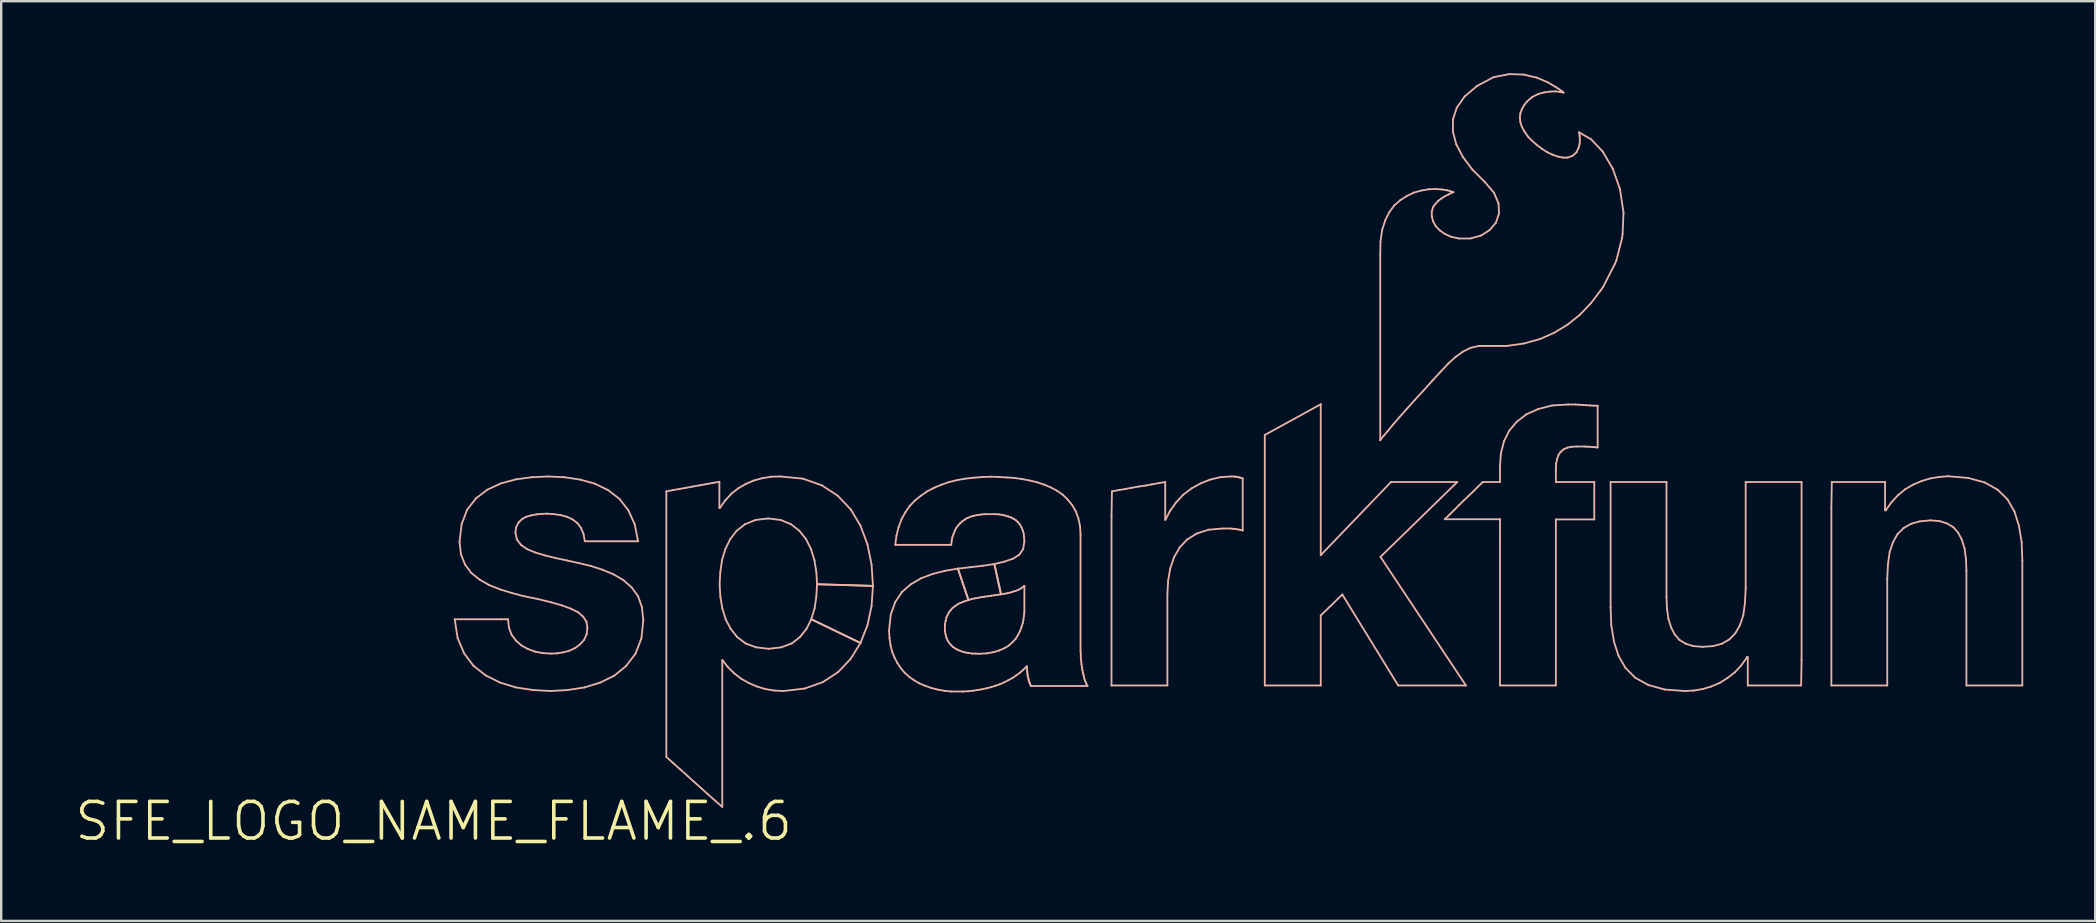
<source format=kicad_pcb>
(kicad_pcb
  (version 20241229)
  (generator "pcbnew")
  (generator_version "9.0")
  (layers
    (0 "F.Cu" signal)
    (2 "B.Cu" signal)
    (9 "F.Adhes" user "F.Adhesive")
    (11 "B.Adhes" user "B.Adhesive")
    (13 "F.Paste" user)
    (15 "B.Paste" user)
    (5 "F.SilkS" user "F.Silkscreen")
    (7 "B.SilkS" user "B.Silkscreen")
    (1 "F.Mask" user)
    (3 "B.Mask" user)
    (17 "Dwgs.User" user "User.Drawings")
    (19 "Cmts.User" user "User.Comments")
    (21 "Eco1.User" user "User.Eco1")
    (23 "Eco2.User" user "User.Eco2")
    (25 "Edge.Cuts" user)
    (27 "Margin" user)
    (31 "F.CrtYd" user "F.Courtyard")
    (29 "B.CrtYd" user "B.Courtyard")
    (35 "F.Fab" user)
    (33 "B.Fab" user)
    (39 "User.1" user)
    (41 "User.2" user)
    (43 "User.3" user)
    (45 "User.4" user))
  (footprint "SFE_LOGO_NAME_FLAME_.6"
    (layer "F.Cu")
    (at 15.022 31.176)
    (property "Reference" "SFE_LOGO_NAME_FLAME_.6" (at 0 0 0) (layer "F.SilkS") (effects (font (size 1.524 1.524) (thickness 0.15))))
    (attr exclude_from_pos_files exclude_from_bom)
    (fp_line (start 0.879 -8.418) (end 2.819 -8.418) (stroke (width 0.076) (type solid)) (layer "B.SilkS"))
    (fp_line (start 0.998 -7.638) (end 0.879 -8.418) (stroke (width 0.076) (type solid)) (layer "B.SilkS"))
    (fp_line (start 1.079 -11.648) (end 1.168 -12.388) (stroke (width 0.076) (type solid)) (layer "B.SilkS"))
    (fp_line (start 1.138 -11.128) (end 1.079 -11.648) (stroke (width 0.076) (type solid)) (layer "B.SilkS"))
    (fp_line (start 1.168 -12.388) (end 1.4 -12.99) (stroke (width 0.076) (type solid)) (layer "B.SilkS"))
    (fp_line (start 1.27 -6.998) (end 0.998 -7.638) (stroke (width 0.076) (type solid)) (layer "B.SilkS"))
    (fp_line (start 1.308 -10.698) (end 1.138 -11.128) (stroke (width 0.076) (type solid)) (layer "B.SilkS"))
    (fp_line (start 1.4 -12.99) (end 1.768 -13.459) (stroke (width 0.076) (type solid)) (layer "B.SilkS"))
    (fp_line (start 1.57 -10.348) (end 1.308 -10.698) (stroke (width 0.076) (type solid)) (layer "B.SilkS"))
    (fp_line (start 1.659 -6.48) (end 1.27 -6.998) (stroke (width 0.076) (type solid)) (layer "B.SilkS"))
    (fp_line (start 1.768 -13.459) (end 2.238 -13.818) (stroke (width 0.076) (type solid)) (layer "B.SilkS"))
    (fp_line (start 1.918 -10.069) (end 1.57 -10.348) (stroke (width 0.076) (type solid)) (layer "B.SilkS"))
    (fp_line (start 2.169 -6.078) (end 1.659 -6.48) (stroke (width 0.076) (type solid)) (layer "B.SilkS"))
    (fp_line (start 2.238 -13.818) (end 2.799 -14.079) (stroke (width 0.076) (type solid)) (layer "B.SilkS"))
    (fp_line (start 2.319 -9.84) (end 1.918 -10.069) (stroke (width 0.076) (type solid)) (layer "B.SilkS"))
    (fp_line (start 2.769 -5.779) (end 2.169 -6.078) (stroke (width 0.076) (type solid)) (layer "B.SilkS"))
    (fp_line (start 2.779 -9.66) (end 2.319 -9.84) (stroke (width 0.076) (type solid)) (layer "B.SilkS"))
    (fp_line (start 2.799 -14.079) (end 3.429 -14.249) (stroke (width 0.076) (type solid)) (layer "B.SilkS"))
    (fp_line (start 2.819 -8.418) (end 3.099 -8.418) (stroke (width 0.076) (type solid)) (layer "B.SilkS"))
    (fp_line (start 3.099 -8.418) (end 3.139 -8.07) (stroke (width 0.076) (type solid)) (layer "B.SilkS"))
    (fp_line (start 3.139 -8.07) (end 3.249 -7.77) (stroke (width 0.076) (type solid)) (layer "B.SilkS"))
    (fp_line (start 3.249 -7.77) (end 3.429 -7.529) (stroke (width 0.076) (type solid)) (layer "B.SilkS"))
    (fp_line (start 3.269 -9.51) (end 2.779 -9.66) (stroke (width 0.076) (type solid)) (layer "B.SilkS"))
    (fp_line (start 3.409 -12.029) (end 3.47 -11.74) (stroke (width 0.076) (type solid)) (layer "B.SilkS"))
    (fp_line (start 3.429 -14.249) (end 4.089 -14.338) (stroke (width 0.076) (type solid)) (layer "B.SilkS"))
    (fp_line (start 3.429 -7.529) (end 3.658 -7.328) (stroke (width 0.076) (type solid)) (layer "B.SilkS"))
    (fp_line (start 3.429 -5.578) (end 2.769 -5.779) (stroke (width 0.076) (type solid)) (layer "B.SilkS"))
    (fp_line (start 3.439 -12.258) (end 3.409 -12.029) (stroke (width 0.076) (type solid)) (layer "B.SilkS"))
    (fp_line (start 3.47 -11.74) (end 3.64 -11.519) (stroke (width 0.076) (type solid)) (layer "B.SilkS"))
    (fp_line (start 3.538 -12.449) (end 3.439 -12.258) (stroke (width 0.076) (type solid)) (layer "B.SilkS"))
    (fp_line (start 3.64 -11.519) (end 3.899 -11.339) (stroke (width 0.076) (type solid)) (layer "B.SilkS"))
    (fp_line (start 3.658 -7.328) (end 3.929 -7.178) (stroke (width 0.076) (type solid)) (layer "B.SilkS"))
    (fp_line (start 3.678 -12.588) (end 3.538 -12.449) (stroke (width 0.076) (type solid)) (layer "B.SilkS"))
    (fp_line (start 3.769 -9.378) (end 3.269 -9.51) (stroke (width 0.076) (type solid)) (layer "B.SilkS"))
    (fp_line (start 3.858 -12.69) (end 3.678 -12.588) (stroke (width 0.076) (type solid)) (layer "B.SilkS"))
    (fp_line (start 3.899 -11.339) (end 4.239 -11.199) (stroke (width 0.076) (type solid)) (layer "B.SilkS"))
    (fp_line (start 3.929 -7.178) (end 4.229 -7.069) (stroke (width 0.076) (type solid)) (layer "B.SilkS"))
    (fp_line (start 4.069 -12.748) (end 3.858 -12.69) (stroke (width 0.076) (type solid)) (layer "B.SilkS"))
    (fp_line (start 4.089 -14.338) (end 4.768 -14.369) (stroke (width 0.076) (type solid)) (layer "B.SilkS"))
    (fp_line (start 4.138 -5.469) (end 3.429 -5.578) (stroke (width 0.076) (type solid)) (layer "B.SilkS"))
    (fp_line (start 4.229 -7.069) (end 4.549 -7.008) (stroke (width 0.076) (type solid)) (layer "B.SilkS"))
    (fp_line (start 4.239 -11.199) (end 4.638 -11.079) (stroke (width 0.076) (type solid)) (layer "B.SilkS"))
    (fp_line (start 4.28 -12.789) (end 4.069 -12.748) (stroke (width 0.076) (type solid)) (layer "B.SilkS"))
    (fp_line (start 4.359 -9.258) (end 3.769 -9.378) (stroke (width 0.076) (type solid)) (layer "B.SilkS"))
    (fp_line (start 4.498 -12.809) (end 4.28 -12.789) (stroke (width 0.076) (type solid)) (layer "B.SilkS"))
    (fp_line (start 4.549 -7.008) (end 4.889 -6.988) (stroke (width 0.076) (type solid)) (layer "B.SilkS"))
    (fp_line (start 4.638 -11.079) (end 5.088 -10.968) (stroke (width 0.076) (type solid)) (layer "B.SilkS"))
    (fp_line (start 4.709 -12.819) (end 4.498 -12.809) (stroke (width 0.076) (type solid)) (layer "B.SilkS"))
    (fp_line (start 4.768 -14.369) (end 5.448 -14.338) (stroke (width 0.076) (type solid)) (layer "B.SilkS"))
    (fp_line (start 4.869 -5.428) (end 4.138 -5.469) (stroke (width 0.076) (type solid)) (layer "B.SilkS"))
    (fp_line (start 4.879 -9.129) (end 4.359 -9.258) (stroke (width 0.076) (type solid)) (layer "B.SilkS"))
    (fp_line (start 4.889 -6.988) (end 5.138 -6.998) (stroke (width 0.076) (type solid)) (layer "B.SilkS"))
    (fp_line (start 5.009 -12.799) (end 4.709 -12.819) (stroke (width 0.076) (type solid)) (layer "B.SilkS"))
    (fp_line (start 5.088 -10.968) (end 5.558 -10.869) (stroke (width 0.076) (type solid)) (layer "B.SilkS"))
    (fp_line (start 5.138 -6.998) (end 5.397 -7.038) (stroke (width 0.076) (type solid)) (layer "B.SilkS"))
    (fp_line (start 5.298 -12.758) (end 5.009 -12.799) (stroke (width 0.076) (type solid)) (layer "B.SilkS"))
    (fp_line (start 5.339 -8.999) (end 4.879 -9.129) (stroke (width 0.076) (type solid)) (layer "B.SilkS"))
    (fp_line (start 5.397 -7.038) (end 5.659 -7.109) (stroke (width 0.076) (type solid)) (layer "B.SilkS"))
    (fp_line (start 5.448 -14.338) (end 6.109 -14.239) (stroke (width 0.076) (type solid)) (layer "B.SilkS"))
    (fp_line (start 5.558 -12.69) (end 5.298 -12.758) (stroke (width 0.076) (type solid)) (layer "B.SilkS"))
    (fp_line (start 5.558 -10.869) (end 6.048 -10.759) (stroke (width 0.076) (type solid)) (layer "B.SilkS"))
    (fp_line (start 5.588 -5.469) (end 4.869 -5.428) (stroke (width 0.076) (type solid)) (layer "B.SilkS"))
    (fp_line (start 5.659 -7.109) (end 5.898 -7.219) (stroke (width 0.076) (type solid)) (layer "B.SilkS"))
    (fp_line (start 5.718 -8.86) (end 5.339 -8.999) (stroke (width 0.076) (type solid)) (layer "B.SilkS"))
    (fp_line (start 5.789 -12.578) (end 5.558 -12.69) (stroke (width 0.076) (type solid)) (layer "B.SilkS"))
    (fp_line (start 5.898 -7.219) (end 6.099 -7.369) (stroke (width 0.076) (type solid)) (layer "B.SilkS"))
    (fp_line (start 5.989 -12.428) (end 5.789 -12.578) (stroke (width 0.076) (type solid)) (layer "B.SilkS"))
    (fp_line (start 6.02 -8.71) (end 5.718 -8.86) (stroke (width 0.076) (type solid)) (layer "B.SilkS"))
    (fp_line (start 6.048 -10.759) (end 6.558 -10.638) (stroke (width 0.076) (type solid)) (layer "B.SilkS"))
    (fp_line (start 6.099 -7.369) (end 6.269 -7.559) (stroke (width 0.076) (type solid)) (layer "B.SilkS"))
    (fp_line (start 6.109 -14.239) (end 6.718 -14.069) (stroke (width 0.076) (type solid)) (layer "B.SilkS"))
    (fp_line (start 6.139 -12.228) (end 5.989 -12.428) (stroke (width 0.076) (type solid)) (layer "B.SilkS"))
    (fp_line (start 6.228 -8.529) (end 6.02 -8.71) (stroke (width 0.076) (type solid)) (layer "B.SilkS"))
    (fp_line (start 6.248 -11.968) (end 6.139 -12.228) (stroke (width 0.076) (type solid)) (layer "B.SilkS"))
    (fp_line (start 6.269 -7.559) (end 6.378 -7.788) (stroke (width 0.076) (type solid)) (layer "B.SilkS"))
    (fp_line (start 6.289 -5.578) (end 5.588 -5.469) (stroke (width 0.076) (type solid)) (layer "B.SilkS"))
    (fp_line (start 6.299 -11.669) (end 6.248 -11.968) (stroke (width 0.076) (type solid)) (layer "B.SilkS"))
    (fp_line (start 6.368 -8.319) (end 6.228 -8.529) (stroke (width 0.076) (type solid)) (layer "B.SilkS"))
    (fp_line (start 6.378 -7.788) (end 6.408 -8.07) (stroke (width 0.076) (type solid)) (layer "B.SilkS"))
    (fp_line (start 6.408 -8.07) (end 6.368 -8.319) (stroke (width 0.076) (type solid)) (layer "B.SilkS"))
    (fp_line (start 6.558 -10.638) (end 7.048 -10.477) (stroke (width 0.076) (type solid)) (layer "B.SilkS"))
    (fp_line (start 6.718 -14.069) (end 7.269 -13.8) (stroke (width 0.076) (type solid)) (layer "B.SilkS"))
    (fp_line (start 6.939 -5.779) (end 6.289 -5.578) (stroke (width 0.076) (type solid)) (layer "B.SilkS"))
    (fp_line (start 7.048 -10.477) (end 7.498 -10.29) (stroke (width 0.076) (type solid)) (layer "B.SilkS"))
    (fp_line (start 7.269 -13.8) (end 7.739 -13.439) (stroke (width 0.076) (type solid)) (layer "B.SilkS"))
    (fp_line (start 7.498 -10.29) (end 7.91 -10.048) (stroke (width 0.076) (type solid)) (layer "B.SilkS"))
    (fp_line (start 7.529 -6.068) (end 6.939 -5.779) (stroke (width 0.076) (type solid)) (layer "B.SilkS"))
    (fp_line (start 7.739 -13.439) (end 8.108 -12.969) (stroke (width 0.076) (type solid)) (layer "B.SilkS"))
    (fp_line (start 7.91 -10.048) (end 8.25 -9.749) (stroke (width 0.076) (type solid)) (layer "B.SilkS"))
    (fp_line (start 8.019 -6.469) (end 7.529 -6.068) (stroke (width 0.076) (type solid)) (layer "B.SilkS"))
    (fp_line (start 8.108 -12.969) (end 8.379 -12.38) (stroke (width 0.076) (type solid)) (layer "B.SilkS"))
    (fp_line (start 8.25 -9.749) (end 8.519 -9.378) (stroke (width 0.076) (type solid)) (layer "B.SilkS"))
    (fp_line (start 8.379 -12.38) (end 8.519 -11.669) (stroke (width 0.076) (type solid)) (layer "B.SilkS"))
    (fp_line (start 8.41 -6.98) (end 8.019 -6.469) (stroke (width 0.076) (type solid)) (layer "B.SilkS"))
    (fp_line (start 8.519 -11.669) (end 6.299 -11.669) (stroke (width 0.076) (type solid)) (layer "B.SilkS"))
    (fp_line (start 8.519 -9.378) (end 8.679 -8.928) (stroke (width 0.076) (type solid)) (layer "B.SilkS"))
    (fp_line (start 8.659 -7.62) (end 8.41 -6.98) (stroke (width 0.076) (type solid)) (layer "B.SilkS"))
    (fp_line (start 8.679 -8.928) (end 8.738 -8.379) (stroke (width 0.076) (type solid)) (layer "B.SilkS"))
    (fp_line (start 8.738 -8.379) (end 8.659 -7.62) (stroke (width 0.076) (type solid)) (layer "B.SilkS"))
    (fp_line (start 9.698 -13.749) (end 9.97 -13.8) (stroke (width 0.076) (type solid)) (layer "B.SilkS"))
    (fp_line (start 9.698 -2.68) (end 9.698 -13.749) (stroke (width 0.076) (type solid)) (layer "B.SilkS"))
    (fp_line (start 9.97 -13.8) (end 10.249 -13.848) (stroke (width 0.076) (type solid)) (layer "B.SilkS"))
    (fp_line (start 9.99 -2.418) (end 9.698 -2.68) (stroke (width 0.076) (type solid)) (layer "B.SilkS"))
    (fp_line (start 10.249 -13.848) (end 10.528 -13.899) (stroke (width 0.076) (type solid)) (layer "B.SilkS"))
    (fp_line (start 10.279 -2.159) (end 9.99 -2.418) (stroke (width 0.076) (type solid)) (layer "B.SilkS"))
    (fp_line (start 10.528 -13.899) (end 10.798 -13.95) (stroke (width 0.076) (type solid)) (layer "B.SilkS"))
    (fp_line (start 10.569 -1.9) (end 10.279 -2.159) (stroke (width 0.076) (type solid)) (layer "B.SilkS"))
    (fp_line (start 10.798 -13.95) (end 11.079 -13.998) (stroke (width 0.076) (type solid)) (layer "B.SilkS"))
    (fp_line (start 10.858 -1.638) (end 10.569 -1.9) (stroke (width 0.076) (type solid)) (layer "B.SilkS"))
    (fp_line (start 11.079 -13.998) (end 11.359 -14.049) (stroke (width 0.076) (type solid)) (layer "B.SilkS"))
    (fp_line (start 11.148 -1.379) (end 10.858 -1.638) (stroke (width 0.076) (type solid)) (layer "B.SilkS"))
    (fp_line (start 11.359 -14.049) (end 11.638 -14.1) (stroke (width 0.076) (type solid)) (layer "B.SilkS"))
    (fp_line (start 11.438 -1.118) (end 11.148 -1.379) (stroke (width 0.076) (type solid)) (layer "B.SilkS"))
    (fp_line (start 11.638 -14.1) (end 11.908 -14.148) (stroke (width 0.076) (type solid)) (layer "B.SilkS"))
    (fp_line (start 11.73 -0.859) (end 11.438 -1.118) (stroke (width 0.076) (type solid)) (layer "B.SilkS"))
    (fp_line (start 11.908 -14.148) (end 11.908 -13.058) (stroke (width 0.076) (type solid)) (layer "B.SilkS"))
    (fp_line (start 11.908 -13.058) (end 11.928 -13.058) (stroke (width 0.076) (type solid)) (layer "B.SilkS"))
    (fp_line (start 11.918 -9.878) (end 11.948 -9.368) (stroke (width 0.076) (type solid)) (layer "B.SilkS"))
    (fp_line (start 11.928 -13.058) (end 12.159 -13.378) (stroke (width 0.076) (type solid)) (layer "B.SilkS"))
    (fp_line (start 11.948 -10.389) (end 11.918 -9.878) (stroke (width 0.076) (type solid)) (layer "B.SilkS"))
    (fp_line (start 11.948 -9.368) (end 12.029 -8.88) (stroke (width 0.076) (type solid)) (layer "B.SilkS"))
    (fp_line (start 12.019 -10.889) (end 11.948 -10.389) (stroke (width 0.076) (type solid)) (layer "B.SilkS"))
    (fp_line (start 12.029 -8.88) (end 12.169 -8.418) (stroke (width 0.076) (type solid)) (layer "B.SilkS"))
    (fp_line (start 12.029 -6.708) (end 12.029 -0.599) (stroke (width 0.076) (type solid)) (layer "B.SilkS"))
    (fp_line (start 12.029 -0.599) (end 11.73 -0.859) (stroke (width 0.076) (type solid)) (layer "B.SilkS"))
    (fp_line (start 12.04 -6.708) (end 12.029 -6.708) (stroke (width 0.076) (type solid)) (layer "B.SilkS"))
    (fp_line (start 12.159 -13.378) (end 12.418 -13.658) (stroke (width 0.076) (type solid)) (layer "B.SilkS"))
    (fp_line (start 12.159 -11.349) (end 12.019 -10.889) (stroke (width 0.076) (type solid)) (layer "B.SilkS"))
    (fp_line (start 12.169 -8.418) (end 12.38 -8.019) (stroke (width 0.076) (type solid)) (layer "B.SilkS"))
    (fp_line (start 12.268 -6.419) (end 12.04 -6.708) (stroke (width 0.076) (type solid)) (layer "B.SilkS"))
    (fp_line (start 12.36 -11.758) (end 12.159 -11.349) (stroke (width 0.076) (type solid)) (layer "B.SilkS"))
    (fp_line (start 12.38 -8.019) (end 12.649 -7.678) (stroke (width 0.076) (type solid)) (layer "B.SilkS"))
    (fp_line (start 12.418 -13.658) (end 12.7 -13.879) (stroke (width 0.076) (type solid)) (layer "B.SilkS"))
    (fp_line (start 12.53 -6.16) (end 12.268 -6.419) (stroke (width 0.076) (type solid)) (layer "B.SilkS"))
    (fp_line (start 12.629 -12.108) (end 12.36 -11.758) (stroke (width 0.076) (type solid)) (layer "B.SilkS"))
    (fp_line (start 12.649 -7.678) (end 13 -7.409) (stroke (width 0.076) (type solid)) (layer "B.SilkS"))
    (fp_line (start 12.7 -13.879) (end 13.01 -14.059) (stroke (width 0.076) (type solid)) (layer "B.SilkS"))
    (fp_line (start 12.819 -5.939) (end 12.53 -6.16) (stroke (width 0.076) (type solid)) (layer "B.SilkS"))
    (fp_line (start 12.979 -12.38) (end 12.629 -12.108) (stroke (width 0.076) (type solid)) (layer "B.SilkS"))
    (fp_line (start 13 -7.409) (end 13.439 -7.249) (stroke (width 0.076) (type solid)) (layer "B.SilkS"))
    (fp_line (start 13.01 -14.059) (end 13.338 -14.199) (stroke (width 0.076) (type solid)) (layer "B.SilkS"))
    (fp_line (start 13.139 -5.758) (end 12.819 -5.939) (stroke (width 0.076) (type solid)) (layer "B.SilkS"))
    (fp_line (start 13.338 -14.199) (end 13.698 -14.298) (stroke (width 0.076) (type solid)) (layer "B.SilkS"))
    (fp_line (start 13.419 -12.558) (end 12.979 -12.38) (stroke (width 0.076) (type solid)) (layer "B.SilkS"))
    (fp_line (start 13.439 -7.249) (end 13.96 -7.188) (stroke (width 0.076) (type solid)) (layer "B.SilkS"))
    (fp_line (start 13.47 -5.618) (end 13.139 -5.758) (stroke (width 0.076) (type solid)) (layer "B.SilkS"))
    (fp_line (start 13.698 -14.298) (end 14.069 -14.359) (stroke (width 0.076) (type solid)) (layer "B.SilkS"))
    (fp_line (start 13.828 -5.509) (end 13.47 -5.618) (stroke (width 0.076) (type solid)) (layer "B.SilkS"))
    (fp_line (start 13.94 -12.619) (end 13.419 -12.558) (stroke (width 0.076) (type solid)) (layer "B.SilkS"))
    (fp_line (start 13.96 -7.188) (end 14.488 -7.249) (stroke (width 0.076) (type solid)) (layer "B.SilkS"))
    (fp_line (start 14.069 -14.359) (end 14.448 -14.369) (stroke (width 0.076) (type solid)) (layer "B.SilkS"))
    (fp_line (start 14.199 -5.448) (end 13.828 -5.509) (stroke (width 0.076) (type solid)) (layer "B.SilkS"))
    (fp_line (start 14.448 -14.369) (end 15.38 -14.28) (stroke (width 0.076) (type solid)) (layer "B.SilkS"))
    (fp_line (start 14.458 -12.558) (end 13.94 -12.619) (stroke (width 0.076) (type solid)) (layer "B.SilkS"))
    (fp_line (start 14.488 -7.249) (end 14.92 -7.409) (stroke (width 0.076) (type solid)) (layer "B.SilkS"))
    (fp_line (start 14.58 -5.428) (end 14.199 -5.448) (stroke (width 0.076) (type solid)) (layer "B.SilkS"))
    (fp_line (start 14.889 -12.38) (end 14.458 -12.558) (stroke (width 0.076) (type solid)) (layer "B.SilkS"))
    (fp_line (start 14.92 -7.409) (end 15.268 -7.678) (stroke (width 0.076) (type solid)) (layer "B.SilkS"))
    (fp_line (start 15.24 -12.108) (end 14.889 -12.38) (stroke (width 0.076) (type solid)) (layer "B.SilkS"))
    (fp_line (start 15.268 -7.678) (end 15.54 -8.019) (stroke (width 0.076) (type solid)) (layer "B.SilkS"))
    (fp_line (start 15.38 -14.28) (end 16.18 -13.998) (stroke (width 0.076) (type solid)) (layer "B.SilkS"))
    (fp_line (start 15.458 -5.53) (end 14.58 -5.428) (stroke (width 0.076) (type solid)) (layer "B.SilkS"))
    (fp_line (start 15.519 -11.758) (end 15.24 -12.108) (stroke (width 0.076) (type solid)) (layer "B.SilkS"))
    (fp_line (start 15.54 -8.019) (end 15.738 -8.418) (stroke (width 0.076) (type solid)) (layer "B.SilkS"))
    (fp_line (start 15.728 -11.339) (end 15.519 -11.758) (stroke (width 0.076) (type solid)) (layer "B.SilkS"))
    (fp_line (start 15.738 -8.418) (end 15.878 -8.88) (stroke (width 0.076) (type solid)) (layer "B.SilkS"))
    (fp_line (start 15.738 -8.418) (end 17.788 -7.429) (stroke (width 0.076) (type solid)) (layer "B.SilkS"))
    (fp_line (start 15.87 -10.879) (end 15.728 -11.339) (stroke (width 0.076) (type solid)) (layer "B.SilkS"))
    (fp_line (start 15.878 -8.88) (end 15.949 -9.368) (stroke (width 0.076) (type solid)) (layer "B.SilkS"))
    (fp_line (start 15.949 -10.389) (end 15.87 -10.879) (stroke (width 0.076) (type solid)) (layer "B.SilkS"))
    (fp_line (start 15.949 -9.368) (end 15.979 -9.878) (stroke (width 0.076) (type solid)) (layer "B.SilkS"))
    (fp_line (start 15.979 -9.878) (end 15.949 -10.389) (stroke (width 0.076) (type solid)) (layer "B.SilkS"))
    (fp_line (start 15.979 -9.878) (end 18.308 -9.809) (stroke (width 0.076) (type solid)) (layer "B.SilkS"))
    (fp_line (start 16.18 -13.998) (end 16.838 -13.569) (stroke (width 0.076) (type solid)) (layer "B.SilkS"))
    (fp_line (start 16.218 -5.799) (end 15.458 -5.53) (stroke (width 0.076) (type solid)) (layer "B.SilkS"))
    (fp_line (start 16.838 -13.569) (end 17.379 -13) (stroke (width 0.076) (type solid)) (layer "B.SilkS"))
    (fp_line (start 16.858 -6.218) (end 16.218 -5.799) (stroke (width 0.076) (type solid)) (layer "B.SilkS"))
    (fp_line (start 17.379 -13) (end 17.788 -12.319) (stroke (width 0.076) (type solid)) (layer "B.SilkS"))
    (fp_line (start 17.379 -6.769) (end 16.858 -6.218) (stroke (width 0.076) (type solid)) (layer "B.SilkS"))
    (fp_line (start 17.788 -12.319) (end 18.08 -11.539) (stroke (width 0.076) (type solid)) (layer "B.SilkS"))
    (fp_line (start 17.788 -7.429) (end 15.738 -8.418) (stroke (width 0.076) (type solid)) (layer "B.SilkS"))
    (fp_line (start 17.788 -7.429) (end 17.379 -6.769) (stroke (width 0.076) (type solid)) (layer "B.SilkS"))
    (fp_line (start 18.08 -11.539) (end 18.25 -10.698) (stroke (width 0.076) (type solid)) (layer "B.SilkS"))
    (fp_line (start 18.08 -8.169) (end 17.788 -7.429) (stroke (width 0.076) (type solid)) (layer "B.SilkS"))
    (fp_line (start 18.25 -10.698) (end 18.308 -9.809) (stroke (width 0.076) (type solid)) (layer "B.SilkS"))
    (fp_line (start 18.25 -8.969) (end 18.08 -8.169) (stroke (width 0.076) (type solid)) (layer "B.SilkS"))
    (fp_line (start 18.308 -9.809) (end 15.979 -9.878) (stroke (width 0.076) (type solid)) (layer "B.SilkS"))
    (fp_line (start 18.308 -9.809) (end 18.25 -8.969) (stroke (width 0.076) (type solid)) (layer "B.SilkS"))
    (fp_line (start 18.979 -7.948) (end 19.05 -8.608) (stroke (width 0.076) (type solid)) (layer "B.SilkS"))
    (fp_line (start 18.999 -7.628) (end 18.979 -7.948) (stroke (width 0.076) (type solid)) (layer "B.SilkS"))
    (fp_line (start 19.04 -7.338) (end 18.999 -7.628) (stroke (width 0.076) (type solid)) (layer "B.SilkS"))
    (fp_line (start 19.05 -8.608) (end 19.238 -9.139) (stroke (width 0.076) (type solid)) (layer "B.SilkS"))
    (fp_line (start 19.108 -7.069) (end 19.04 -7.338) (stroke (width 0.076) (type solid)) (layer "B.SilkS"))
    (fp_line (start 19.207 -6.82) (end 19.108 -7.069) (stroke (width 0.076) (type solid)) (layer "B.SilkS"))
    (fp_line (start 19.238 -11.519) (end 19.289 -11.908) (stroke (width 0.076) (type solid)) (layer "B.SilkS"))
    (fp_line (start 19.238 -9.139) (end 19.52 -9.558) (stroke (width 0.076) (type solid)) (layer "B.SilkS"))
    (fp_line (start 19.289 -11.908) (end 19.378 -12.258) (stroke (width 0.076) (type solid)) (layer "B.SilkS"))
    (fp_line (start 19.329 -6.589) (end 19.207 -6.82) (stroke (width 0.076) (type solid)) (layer "B.SilkS"))
    (fp_line (start 19.378 -12.258) (end 19.5 -12.588) (stroke (width 0.076) (type solid)) (layer "B.SilkS"))
    (fp_line (start 19.469 -6.378) (end 19.329 -6.589) (stroke (width 0.076) (type solid)) (layer "B.SilkS"))
    (fp_line (start 19.5 -12.588) (end 19.66 -12.878) (stroke (width 0.076) (type solid)) (layer "B.SilkS"))
    (fp_line (start 19.52 -9.558) (end 19.888 -9.878) (stroke (width 0.076) (type solid)) (layer "B.SilkS"))
    (fp_line (start 19.629 -6.19) (end 19.469 -6.378) (stroke (width 0.076) (type solid)) (layer "B.SilkS"))
    (fp_line (start 19.66 -12.878) (end 19.84 -13.139) (stroke (width 0.076) (type solid)) (layer "B.SilkS"))
    (fp_line (start 19.82 -6.02) (end 19.629 -6.19) (stroke (width 0.076) (type solid)) (layer "B.SilkS"))
    (fp_line (start 19.84 -13.139) (end 20.058 -13.368) (stroke (width 0.076) (type solid)) (layer "B.SilkS"))
    (fp_line (start 19.888 -9.878) (end 20.32 -10.13) (stroke (width 0.076) (type solid)) (layer "B.SilkS"))
    (fp_line (start 20.018 -5.878) (end 19.82 -6.02) (stroke (width 0.076) (type solid)) (layer "B.SilkS"))
    (fp_line (start 20.058 -13.368) (end 20.31 -13.569) (stroke (width 0.076) (type solid)) (layer "B.SilkS"))
    (fp_line (start 20.239 -5.748) (end 20.018 -5.878) (stroke (width 0.076) (type solid)) (layer "B.SilkS"))
    (fp_line (start 20.31 -13.569) (end 20.569 -13.749) (stroke (width 0.076) (type solid)) (layer "B.SilkS"))
    (fp_line (start 20.32 -10.13) (end 20.808 -10.31) (stroke (width 0.076) (type solid)) (layer "B.SilkS"))
    (fp_line (start 20.477 -5.649) (end 20.239 -5.748) (stroke (width 0.076) (type solid)) (layer "B.SilkS"))
    (fp_line (start 20.569 -13.749) (end 20.858 -13.899) (stroke (width 0.076) (type solid)) (layer "B.SilkS"))
    (fp_line (start 20.729 -5.558) (end 20.477 -5.649) (stroke (width 0.076) (type solid)) (layer "B.SilkS"))
    (fp_line (start 20.808 -10.31) (end 21.318 -10.439) (stroke (width 0.076) (type solid)) (layer "B.SilkS"))
    (fp_line (start 20.858 -13.899) (end 21.168 -14.028) (stroke (width 0.076) (type solid)) (layer "B.SilkS"))
    (fp_line (start 20.998 -5.489) (end 20.729 -5.558) (stroke (width 0.076) (type solid)) (layer "B.SilkS"))
    (fp_line (start 21.168 -14.028) (end 21.488 -14.138) (stroke (width 0.076) (type solid)) (layer "B.SilkS"))
    (fp_line (start 21.278 -5.438) (end 20.998 -5.489) (stroke (width 0.076) (type solid)) (layer "B.SilkS"))
    (fp_line (start 21.308 -8.219) (end 21.308 -7.91) (stroke (width 0.076) (type solid)) (layer "B.SilkS"))
    (fp_line (start 21.308 -7.91) (end 21.339 -7.77) (stroke (width 0.076) (type solid)) (layer "B.SilkS"))
    (fp_line (start 21.318 -10.439) (end 21.849 -10.528) (stroke (width 0.076) (type solid)) (layer "B.SilkS"))
    (fp_line (start 21.339 -8.359) (end 21.308 -8.219) (stroke (width 0.076) (type solid)) (layer "B.SilkS"))
    (fp_line (start 21.339 -7.77) (end 21.369 -7.648) (stroke (width 0.076) (type solid)) (layer "B.SilkS"))
    (fp_line (start 21.369 -8.489) (end 21.339 -8.359) (stroke (width 0.076) (type solid)) (layer "B.SilkS"))
    (fp_line (start 21.369 -7.648) (end 21.42 -7.539) (stroke (width 0.076) (type solid)) (layer "B.SilkS"))
    (fp_line (start 21.42 -8.598) (end 21.369 -8.489) (stroke (width 0.076) (type solid)) (layer "B.SilkS"))
    (fp_line (start 21.42 -7.539) (end 21.478 -7.44) (stroke (width 0.076) (type solid)) (layer "B.SilkS"))
    (fp_line (start 21.478 -8.71) (end 21.42 -8.598) (stroke (width 0.076) (type solid)) (layer "B.SilkS"))
    (fp_line (start 21.478 -7.44) (end 21.56 -7.348) (stroke (width 0.076) (type solid)) (layer "B.SilkS"))
    (fp_line (start 21.488 -14.138) (end 21.819 -14.219) (stroke (width 0.076) (type solid)) (layer "B.SilkS"))
    (fp_line (start 21.549 -8.799) (end 21.478 -8.71) (stroke (width 0.076) (type solid)) (layer "B.SilkS"))
    (fp_line (start 21.56 -7.348) (end 21.638 -7.269) (stroke (width 0.076) (type solid)) (layer "B.SilkS"))
    (fp_line (start 21.57 -11.519) (end 19.238 -11.519) (stroke (width 0.076) (type solid)) (layer "B.SilkS"))
    (fp_line (start 21.57 -5.408) (end 21.278 -5.438) (stroke (width 0.076) (type solid)) (layer "B.SilkS"))
    (fp_line (start 21.59 -11.689) (end 21.57 -11.519) (stroke (width 0.076) (type solid)) (layer "B.SilkS"))
    (fp_line (start 21.618 -11.839) (end 21.59 -11.689) (stroke (width 0.076) (type solid)) (layer "B.SilkS"))
    (fp_line (start 21.628 -8.89) (end 21.549 -8.799) (stroke (width 0.076) (type solid)) (layer "B.SilkS"))
    (fp_line (start 21.638 -7.269) (end 21.74 -7.198) (stroke (width 0.076) (type solid)) (layer "B.SilkS"))
    (fp_line (start 21.669 -11.979) (end 21.618 -11.839) (stroke (width 0.076) (type solid)) (layer "B.SilkS"))
    (fp_line (start 21.72 -12.108) (end 21.669 -11.979) (stroke (width 0.076) (type solid)) (layer "B.SilkS"))
    (fp_line (start 21.72 -8.959) (end 21.628 -8.89) (stroke (width 0.076) (type solid)) (layer "B.SilkS"))
    (fp_line (start 21.74 -7.198) (end 21.839 -7.148) (stroke (width 0.076) (type solid)) (layer "B.SilkS"))
    (fp_line (start 21.778 -12.22) (end 21.72 -12.108) (stroke (width 0.076) (type solid)) (layer "B.SilkS"))
    (fp_line (start 21.819 -14.219) (end 22.169 -14.28) (stroke (width 0.076) (type solid)) (layer "B.SilkS"))
    (fp_line (start 21.819 -9.03) (end 21.72 -8.959) (stroke (width 0.076) (type solid)) (layer "B.SilkS"))
    (fp_line (start 21.839 -7.148) (end 21.948 -7.099) (stroke (width 0.076) (type solid)) (layer "B.SilkS"))
    (fp_line (start 21.849 -10.528) (end 22.288 -9.218) (stroke (width 0.076) (type solid)) (layer "B.SilkS"))
    (fp_line (start 21.849 -10.528) (end 22.38 -10.589) (stroke (width 0.076) (type solid)) (layer "B.SilkS"))
    (fp_line (start 21.859 -12.329) (end 21.778 -12.22) (stroke (width 0.076) (type solid)) (layer "B.SilkS"))
    (fp_line (start 21.928 -9.088) (end 21.819 -9.03) (stroke (width 0.076) (type solid)) (layer "B.SilkS"))
    (fp_line (start 21.938 -12.418) (end 21.859 -12.329) (stroke (width 0.076) (type solid)) (layer "B.SilkS"))
    (fp_line (start 21.948 -7.099) (end 22.068 -7.059) (stroke (width 0.076) (type solid)) (layer "B.SilkS"))
    (fp_line (start 22.029 -12.499) (end 21.938 -12.418) (stroke (width 0.076) (type solid)) (layer "B.SilkS"))
    (fp_line (start 22.05 -9.139) (end 21.928 -9.088) (stroke (width 0.076) (type solid)) (layer "B.SilkS"))
    (fp_line (start 22.068 -7.059) (end 22.189 -7.028) (stroke (width 0.076) (type solid)) (layer "B.SilkS"))
    (fp_line (start 22.068 -5.408) (end 21.57 -5.408) (stroke (width 0.076) (type solid)) (layer "B.SilkS"))
    (fp_line (start 22.139 -12.578) (end 22.029 -12.499) (stroke (width 0.076) (type solid)) (layer "B.SilkS"))
    (fp_line (start 22.159 -9.18) (end 22.05 -9.139) (stroke (width 0.076) (type solid)) (layer "B.SilkS"))
    (fp_line (start 22.169 -14.28) (end 22.52 -14.318) (stroke (width 0.076) (type solid)) (layer "B.SilkS"))
    (fp_line (start 22.189 -7.028) (end 22.319 -7.008) (stroke (width 0.076) (type solid)) (layer "B.SilkS"))
    (fp_line (start 22.248 -12.639) (end 22.139 -12.578) (stroke (width 0.076) (type solid)) (layer "B.SilkS"))
    (fp_line (start 22.268 -5.418) (end 22.068 -5.408) (stroke (width 0.076) (type solid)) (layer "B.SilkS"))
    (fp_line (start 22.288 -9.218) (end 21.849 -10.528) (stroke (width 0.076) (type solid)) (layer "B.SilkS"))
    (fp_line (start 22.288 -9.218) (end 22.159 -9.18) (stroke (width 0.076) (type solid)) (layer "B.SilkS"))
    (fp_line (start 22.319 -7.008) (end 22.459 -6.988) (stroke (width 0.076) (type solid)) (layer "B.SilkS"))
    (fp_line (start 22.37 -12.69) (end 22.248 -12.639) (stroke (width 0.076) (type solid)) (layer "B.SilkS"))
    (fp_line (start 22.38 -10.589) (end 22.888 -10.648) (stroke (width 0.076) (type solid)) (layer "B.SilkS"))
    (fp_line (start 22.418 -9.258) (end 22.288 -9.218) (stroke (width 0.076) (type solid)) (layer "B.SilkS"))
    (fp_line (start 22.459 -6.988) (end 22.588 -6.988) (stroke (width 0.076) (type solid)) (layer "B.SilkS"))
    (fp_line (start 22.459 -5.438) (end 22.268 -5.418) (stroke (width 0.076) (type solid)) (layer "B.SilkS"))
    (fp_line (start 22.499 -12.728) (end 22.37 -12.69) (stroke (width 0.076) (type solid)) (layer "B.SilkS"))
    (fp_line (start 22.52 -14.318) (end 22.878 -14.348) (stroke (width 0.076) (type solid)) (layer "B.SilkS"))
    (fp_line (start 22.548 -9.289) (end 22.418 -9.258) (stroke (width 0.076) (type solid)) (layer "B.SilkS"))
    (fp_line (start 22.588 -6.988) (end 22.728 -6.98) (stroke (width 0.076) (type solid)) (layer "B.SilkS"))
    (fp_line (start 22.639 -12.758) (end 22.499 -12.728) (stroke (width 0.076) (type solid)) (layer "B.SilkS"))
    (fp_line (start 22.659 -5.469) (end 22.459 -5.438) (stroke (width 0.076) (type solid)) (layer "B.SilkS"))
    (fp_line (start 22.68 -9.309) (end 22.548 -9.289) (stroke (width 0.076) (type solid)) (layer "B.SilkS"))
    (fp_line (start 22.728 -6.98) (end 23.058 -6.998) (stroke (width 0.076) (type solid)) (layer "B.SilkS"))
    (fp_line (start 22.789 -12.779) (end 22.639 -12.758) (stroke (width 0.076) (type solid)) (layer "B.SilkS"))
    (fp_line (start 22.819 -9.34) (end 22.68 -9.309) (stroke (width 0.076) (type solid)) (layer "B.SilkS"))
    (fp_line (start 22.85 -5.499) (end 22.659 -5.469) (stroke (width 0.076) (type solid)) (layer "B.SilkS"))
    (fp_line (start 22.878 -14.348) (end 23.228 -14.359) (stroke (width 0.076) (type solid)) (layer "B.SilkS"))
    (fp_line (start 22.888 -10.648) (end 23.368 -10.719) (stroke (width 0.076) (type solid)) (layer "B.SilkS"))
    (fp_line (start 22.949 -12.799) (end 22.789 -12.779) (stroke (width 0.076) (type solid)) (layer "B.SilkS"))
    (fp_line (start 22.959 -9.36) (end 22.819 -9.34) (stroke (width 0.076) (type solid)) (layer "B.SilkS"))
    (fp_line (start 23.038 -5.54) (end 22.85 -5.499) (stroke (width 0.076) (type solid)) (layer "B.SilkS"))
    (fp_line (start 23.058 -6.998) (end 23.338 -7.048) (stroke (width 0.076) (type solid)) (layer "B.SilkS"))
    (fp_line (start 23.099 -9.378) (end 22.959 -9.36) (stroke (width 0.076) (type solid)) (layer "B.SilkS"))
    (fp_line (start 23.228 -14.359) (end 23.548 -14.348) (stroke (width 0.076) (type solid)) (layer "B.SilkS"))
    (fp_line (start 23.228 -5.588) (end 23.038 -5.54) (stroke (width 0.076) (type solid)) (layer "B.SilkS"))
    (fp_line (start 23.238 -9.398) (end 23.099 -9.378) (stroke (width 0.076) (type solid)) (layer "B.SilkS"))
    (fp_line (start 23.338 -7.048) (end 23.579 -7.12) (stroke (width 0.076) (type solid)) (layer "B.SilkS"))
    (fp_line (start 23.368 -10.719) (end 23.65 -9.459) (stroke (width 0.076) (type solid)) (layer "B.SilkS"))
    (fp_line (start 23.368 -10.719) (end 23.779 -10.818) (stroke (width 0.076) (type solid)) (layer "B.SilkS"))
    (fp_line (start 23.368 -9.418) (end 23.238 -9.398) (stroke (width 0.076) (type solid)) (layer "B.SilkS"))
    (fp_line (start 23.409 -12.799) (end 22.949 -12.799) (stroke (width 0.076) (type solid)) (layer "B.SilkS"))
    (fp_line (start 23.419 -5.649) (end 23.228 -5.588) (stroke (width 0.076) (type solid)) (layer "B.SilkS"))
    (fp_line (start 23.508 -9.439) (end 23.368 -9.418) (stroke (width 0.076) (type solid)) (layer "B.SilkS"))
    (fp_line (start 23.548 -14.348) (end 23.879 -14.328) (stroke (width 0.076) (type solid)) (layer "B.SilkS"))
    (fp_line (start 23.558 -12.789) (end 23.409 -12.799) (stroke (width 0.076) (type solid)) (layer "B.SilkS"))
    (fp_line (start 23.579 -7.12) (end 23.8 -7.219) (stroke (width 0.076) (type solid)) (layer "B.SilkS"))
    (fp_line (start 23.599 -5.71) (end 23.419 -5.649) (stroke (width 0.076) (type solid)) (layer "B.SilkS"))
    (fp_line (start 23.64 -9.459) (end 23.368 -10.719) (stroke (width 0.076) (type solid)) (layer "B.SilkS"))
    (fp_line (start 23.65 -9.459) (end 23.508 -9.439) (stroke (width 0.076) (type solid)) (layer "B.SilkS"))
    (fp_line (start 23.698 -12.769) (end 23.558 -12.789) (stroke (width 0.076) (type solid)) (layer "B.SilkS"))
    (fp_line (start 23.779 -10.818) (end 24.138 -10.94) (stroke (width 0.076) (type solid)) (layer "B.SilkS"))
    (fp_line (start 23.779 -9.479) (end 23.64 -9.459) (stroke (width 0.076) (type solid)) (layer "B.SilkS"))
    (fp_line (start 23.779 -5.789) (end 23.599 -5.71) (stroke (width 0.076) (type solid)) (layer "B.SilkS"))
    (fp_line (start 23.8 -7.219) (end 23.978 -7.328) (stroke (width 0.076) (type solid)) (layer "B.SilkS"))
    (fp_line (start 23.828 -12.738) (end 23.698 -12.769) (stroke (width 0.076) (type solid)) (layer "B.SilkS"))
    (fp_line (start 23.879 -14.328) (end 24.199 -14.308) (stroke (width 0.076) (type solid)) (layer "B.SilkS"))
    (fp_line (start 23.899 -9.5) (end 23.779 -9.479) (stroke (width 0.076) (type solid)) (layer "B.SilkS"))
    (fp_line (start 23.95 -12.7) (end 23.828 -12.738) (stroke (width 0.076) (type solid)) (layer "B.SilkS"))
    (fp_line (start 23.95 -5.878) (end 23.779 -5.789) (stroke (width 0.076) (type solid)) (layer "B.SilkS"))
    (fp_line (start 23.978 -7.328) (end 24.13 -7.468) (stroke (width 0.076) (type solid)) (layer "B.SilkS"))
    (fp_line (start 24.018 -9.528) (end 23.899 -9.5) (stroke (width 0.076) (type solid)) (layer "B.SilkS"))
    (fp_line (start 24.069 -12.659) (end 23.95 -12.7) (stroke (width 0.076) (type solid)) (layer "B.SilkS"))
    (fp_line (start 24.12 -5.969) (end 23.95 -5.878) (stroke (width 0.076) (type solid)) (layer "B.SilkS"))
    (fp_line (start 24.13 -7.468) (end 24.26 -7.61) (stroke (width 0.076) (type solid)) (layer "B.SilkS"))
    (fp_line (start 24.138 -10.94) (end 24.409 -11.11) (stroke (width 0.076) (type solid)) (layer "B.SilkS"))
    (fp_line (start 24.138 -9.568) (end 24.018 -9.528) (stroke (width 0.076) (type solid)) (layer "B.SilkS"))
    (fp_line (start 24.178 -12.598) (end 24.069 -12.659) (stroke (width 0.076) (type solid)) (layer "B.SilkS"))
    (fp_line (start 24.199 -14.308) (end 24.529 -14.26) (stroke (width 0.076) (type solid)) (layer "B.SilkS"))
    (fp_line (start 24.249 -9.599) (end 24.138 -9.568) (stroke (width 0.076) (type solid)) (layer "B.SilkS"))
    (fp_line (start 24.26 -7.61) (end 24.359 -7.77) (stroke (width 0.076) (type solid)) (layer "B.SilkS"))
    (fp_line (start 24.27 -12.54) (end 24.178 -12.598) (stroke (width 0.076) (type solid)) (layer "B.SilkS"))
    (fp_line (start 24.28 -6.078) (end 24.12 -5.969) (stroke (width 0.076) (type solid)) (layer "B.SilkS"))
    (fp_line (start 24.359 -12.459) (end 24.27 -12.54) (stroke (width 0.076) (type solid)) (layer "B.SilkS"))
    (fp_line (start 24.359 -9.639) (end 24.249 -9.599) (stroke (width 0.076) (type solid)) (layer "B.SilkS"))
    (fp_line (start 24.359 -7.77) (end 24.44 -7.93) (stroke (width 0.076) (type solid)) (layer "B.SilkS"))
    (fp_line (start 24.409 -11.11) (end 24.569 -11.349) (stroke (width 0.076) (type solid)) (layer "B.SilkS"))
    (fp_line (start 24.43 -6.19) (end 24.28 -6.078) (stroke (width 0.076) (type solid)) (layer "B.SilkS"))
    (fp_line (start 24.44 -12.36) (end 24.359 -12.459) (stroke (width 0.076) (type solid)) (layer "B.SilkS"))
    (fp_line (start 24.44 -7.93) (end 24.498 -8.09) (stroke (width 0.076) (type solid)) (layer "B.SilkS"))
    (fp_line (start 24.448 -9.688) (end 24.359 -9.639) (stroke (width 0.076) (type solid)) (layer "B.SilkS"))
    (fp_line (start 24.498 -12.248) (end 24.44 -12.36) (stroke (width 0.076) (type solid)) (layer "B.SilkS"))
    (fp_line (start 24.498 -8.09) (end 24.549 -8.25) (stroke (width 0.076) (type solid)) (layer "B.SilkS"))
    (fp_line (start 24.529 -14.26) (end 24.849 -14.199) (stroke (width 0.076) (type solid)) (layer "B.SilkS"))
    (fp_line (start 24.539 -9.749) (end 24.448 -9.688) (stroke (width 0.076) (type solid)) (layer "B.SilkS"))
    (fp_line (start 24.549 -12.129) (end 24.498 -12.248) (stroke (width 0.076) (type solid)) (layer "B.SilkS"))
    (fp_line (start 24.549 -8.25) (end 24.58 -8.41) (stroke (width 0.076) (type solid)) (layer "B.SilkS"))
    (fp_line (start 24.569 -11.349) (end 24.618 -11.659) (stroke (width 0.076) (type solid)) (layer "B.SilkS"))
    (fp_line (start 24.58 -8.41) (end 24.6 -8.56) (stroke (width 0.076) (type solid)) (layer "B.SilkS"))
    (fp_line (start 24.58 -6.32) (end 24.43 -6.19) (stroke (width 0.076) (type solid)) (layer "B.SilkS"))
    (fp_line (start 24.59 -11.989) (end 24.549 -12.129) (stroke (width 0.076) (type solid)) (layer "B.SilkS"))
    (fp_line (start 24.6 -8.56) (end 24.618 -8.71) (stroke (width 0.076) (type solid)) (layer "B.SilkS"))
    (fp_line (start 24.608 -11.829) (end 24.59 -11.989) (stroke (width 0.076) (type solid)) (layer "B.SilkS"))
    (fp_line (start 24.618 -11.659) (end 24.608 -11.829) (stroke (width 0.076) (type solid)) (layer "B.SilkS"))
    (fp_line (start 24.618 -9.809) (end 24.539 -9.749) (stroke (width 0.076) (type solid)) (layer "B.SilkS"))
    (fp_line (start 24.618 -8.71) (end 24.618 -9.809) (stroke (width 0.076) (type solid)) (layer "B.SilkS"))
    (fp_line (start 24.719 -6.459) (end 24.58 -6.32) (stroke (width 0.076) (type solid)) (layer "B.SilkS"))
    (fp_line (start 24.729 -6.408) (end 24.719 -6.459) (stroke (width 0.076) (type solid)) (layer "B.SilkS"))
    (fp_line (start 24.729 -6.309) (end 24.729 -6.408) (stroke (width 0.076) (type solid)) (layer "B.SilkS"))
    (fp_line (start 24.74 -6.248) (end 24.729 -6.309) (stroke (width 0.076) (type solid)) (layer "B.SilkS"))
    (fp_line (start 24.74 -6.198) (end 24.74 -6.248) (stroke (width 0.076) (type solid)) (layer "B.SilkS"))
    (fp_line (start 24.75 -6.149) (end 24.74 -6.198) (stroke (width 0.076) (type solid)) (layer "B.SilkS"))
    (fp_line (start 24.75 -6.099) (end 24.75 -6.149) (stroke (width 0.076) (type solid)) (layer "B.SilkS"))
    (fp_line (start 24.76 -6.048) (end 24.75 -6.099) (stroke (width 0.076) (type solid)) (layer "B.SilkS"))
    (fp_line (start 24.778 -5.989) (end 24.76 -6.048) (stroke (width 0.076) (type solid)) (layer "B.SilkS"))
    (fp_line (start 24.788 -5.939) (end 24.778 -5.989) (stroke (width 0.076) (type solid)) (layer "B.SilkS"))
    (fp_line (start 24.798 -5.888) (end 24.788 -5.939) (stroke (width 0.076) (type solid)) (layer "B.SilkS"))
    (fp_line (start 24.818 -5.839) (end 24.798 -5.888) (stroke (width 0.076) (type solid)) (layer "B.SilkS"))
    (fp_line (start 24.828 -5.789) (end 24.818 -5.839) (stroke (width 0.076) (type solid)) (layer "B.SilkS"))
    (fp_line (start 24.849 -14.199) (end 25.149 -14.127) (stroke (width 0.076) (type solid)) (layer "B.SilkS"))
    (fp_line (start 24.849 -5.738) (end 24.828 -5.789) (stroke (width 0.076) (type solid)) (layer "B.SilkS"))
    (fp_line (start 24.869 -5.69) (end 24.849 -5.738) (stroke (width 0.076) (type solid)) (layer "B.SilkS"))
    (fp_line (start 24.889 -5.639) (end 24.869 -5.69) (stroke (width 0.076) (type solid)) (layer "B.SilkS"))
    (fp_line (start 25.149 -14.127) (end 25.448 -14.028) (stroke (width 0.076) (type solid)) (layer "B.SilkS"))
    (fp_line (start 25.448 -14.028) (end 25.728 -13.909) (stroke (width 0.076) (type solid)) (layer "B.SilkS"))
    (fp_line (start 25.728 -13.909) (end 25.989 -13.769) (stroke (width 0.076) (type solid)) (layer "B.SilkS"))
    (fp_line (start 25.989 -13.769) (end 26.228 -13.599) (stroke (width 0.076) (type solid)) (layer "B.SilkS"))
    (fp_line (start 26.228 -13.599) (end 26.429 -13.399) (stroke (width 0.076) (type solid)) (layer "B.SilkS"))
    (fp_line (start 26.429 -13.399) (end 26.609 -13.178) (stroke (width 0.076) (type solid)) (layer "B.SilkS"))
    (fp_line (start 26.609 -13.178) (end 26.759 -12.918) (stroke (width 0.076) (type solid)) (layer "B.SilkS"))
    (fp_line (start 26.759 -12.918) (end 26.868 -12.629) (stroke (width 0.076) (type solid)) (layer "B.SilkS"))
    (fp_line (start 26.868 -12.629) (end 26.939 -12.299) (stroke (width 0.076) (type solid)) (layer "B.SilkS"))
    (fp_line (start 26.939 -12.299) (end 26.96 -11.938) (stroke (width 0.076) (type solid)) (layer "B.SilkS"))
    (fp_line (start 26.96 -11.938) (end 26.96 -7.099) (stroke (width 0.076) (type solid)) (layer "B.SilkS"))
    (fp_line (start 26.96 -7.099) (end 26.97 -6.96) (stroke (width 0.076) (type solid)) (layer "B.SilkS"))
    (fp_line (start 26.97 -6.96) (end 26.97 -6.82) (stroke (width 0.076) (type solid)) (layer "B.SilkS"))
    (fp_line (start 26.97 -6.82) (end 26.988 -6.678) (stroke (width 0.076) (type solid)) (layer "B.SilkS"))
    (fp_line (start 26.988 -6.678) (end 26.998 -6.548) (stroke (width 0.076) (type solid)) (layer "B.SilkS"))
    (fp_line (start 26.998 -6.548) (end 27.018 -6.419) (stroke (width 0.076) (type solid)) (layer "B.SilkS"))
    (fp_line (start 27.018 -6.419) (end 27.038 -6.299) (stroke (width 0.076) (type solid)) (layer "B.SilkS"))
    (fp_line (start 27.038 -6.299) (end 27.059 -6.19) (stroke (width 0.076) (type solid)) (layer "B.SilkS"))
    (fp_line (start 27.059 -6.19) (end 27.089 -6.078) (stroke (width 0.076) (type solid)) (layer "B.SilkS"))
    (fp_line (start 27.089 -6.078) (end 27.109 -5.969) (stroke (width 0.076) (type solid)) (layer "B.SilkS"))
    (fp_line (start 27.109 -5.969) (end 27.14 -5.878) (stroke (width 0.076) (type solid)) (layer "B.SilkS"))
    (fp_line (start 27.14 -5.878) (end 27.178 -5.789) (stroke (width 0.076) (type solid)) (layer "B.SilkS"))
    (fp_line (start 27.178 -5.789) (end 27.208 -5.71) (stroke (width 0.076) (type solid)) (layer "B.SilkS"))
    (fp_line (start 27.208 -5.71) (end 27.249 -5.639) (stroke (width 0.076) (type solid)) (layer "B.SilkS"))
    (fp_line (start 27.249 -5.639) (end 24.889 -5.639) (stroke (width 0.076) (type solid)) (layer "B.SilkS"))
    (fp_line (start 28.25 -12.728) (end 28.268 -13.749) (stroke (width 0.076) (type solid)) (layer "B.SilkS"))
    (fp_line (start 28.25 -5.659) (end 28.25 -12.728) (stroke (width 0.076) (type solid)) (layer "B.SilkS"))
    (fp_line (start 28.268 -13.749) (end 28.55 -13.8) (stroke (width 0.076) (type solid)) (layer "B.SilkS"))
    (fp_line (start 28.55 -13.8) (end 28.829 -13.848) (stroke (width 0.076) (type solid)) (layer "B.SilkS"))
    (fp_line (start 28.829 -13.848) (end 29.098 -13.899) (stroke (width 0.076) (type solid)) (layer "B.SilkS"))
    (fp_line (start 29.098 -13.899) (end 29.378 -13.95) (stroke (width 0.076) (type solid)) (layer "B.SilkS"))
    (fp_line (start 29.378 -13.95) (end 29.66 -13.988) (stroke (width 0.076) (type solid)) (layer "B.SilkS"))
    (fp_line (start 29.66 -13.988) (end 29.929 -14.039) (stroke (width 0.076) (type solid)) (layer "B.SilkS"))
    (fp_line (start 29.929 -14.039) (end 30.208 -14.089) (stroke (width 0.076) (type solid)) (layer "B.SilkS"))
    (fp_line (start 30.208 -14.089) (end 30.488 -14.138) (stroke (width 0.076) (type solid)) (layer "B.SilkS"))
    (fp_line (start 30.488 -14.138) (end 30.488 -12.568) (stroke (width 0.076) (type solid)) (layer "B.SilkS"))
    (fp_line (start 30.488 -12.568) (end 30.498 -12.568) (stroke (width 0.076) (type solid)) (layer "B.SilkS"))
    (fp_line (start 30.498 -12.568) (end 30.698 -12.949) (stroke (width 0.076) (type solid)) (layer "B.SilkS"))
    (fp_line (start 30.579 -9.479) (end 30.579 -5.659) (stroke (width 0.076) (type solid)) (layer "B.SilkS"))
    (fp_line (start 30.579 -5.659) (end 28.25 -5.659) (stroke (width 0.076) (type solid)) (layer "B.SilkS"))
    (fp_line (start 30.61 -10.028) (end 30.579 -9.479) (stroke (width 0.076) (type solid)) (layer "B.SilkS"))
    (fp_line (start 30.698 -12.949) (end 30.95 -13.299) (stroke (width 0.076) (type solid)) (layer "B.SilkS"))
    (fp_line (start 30.698 -10.538) (end 30.61 -10.028) (stroke (width 0.076) (type solid)) (layer "B.SilkS"))
    (fp_line (start 30.858 -11.008) (end 30.698 -10.538) (stroke (width 0.076) (type solid)) (layer "B.SilkS"))
    (fp_line (start 30.95 -13.299) (end 31.239 -13.609) (stroke (width 0.076) (type solid)) (layer "B.SilkS"))
    (fp_line (start 31.09 -11.41) (end 30.858 -11.008) (stroke (width 0.076) (type solid)) (layer "B.SilkS"))
    (fp_line (start 31.239 -13.609) (end 31.58 -13.868) (stroke (width 0.076) (type solid)) (layer "B.SilkS"))
    (fp_line (start 31.399 -11.74) (end 31.09 -11.41) (stroke (width 0.076) (type solid)) (layer "B.SilkS"))
    (fp_line (start 31.58 -13.868) (end 31.958 -14.079) (stroke (width 0.076) (type solid)) (layer "B.SilkS"))
    (fp_line (start 31.798 -11.989) (end 31.399 -11.74) (stroke (width 0.076) (type solid)) (layer "B.SilkS"))
    (fp_line (start 31.958 -14.079) (end 32.36 -14.239) (stroke (width 0.076) (type solid)) (layer "B.SilkS"))
    (fp_line (start 32.288 -12.149) (end 31.798 -11.989) (stroke (width 0.076) (type solid)) (layer "B.SilkS"))
    (fp_line (start 32.36 -14.239) (end 32.779 -14.338) (stroke (width 0.076) (type solid)) (layer "B.SilkS"))
    (fp_line (start 32.779 -14.338) (end 33.208 -14.369) (stroke (width 0.076) (type solid)) (layer "B.SilkS"))
    (fp_line (start 32.878 -12.2) (end 32.288 -12.149) (stroke (width 0.076) (type solid)) (layer "B.SilkS"))
    (fp_line (start 33.208 -14.369) (end 33.337 -14.369) (stroke (width 0.076) (type solid)) (layer "B.SilkS"))
    (fp_line (start 33.208 -12.2) (end 32.878 -12.2) (stroke (width 0.076) (type solid)) (layer "B.SilkS"))
    (fp_line (start 33.32 -12.189) (end 33.208 -12.2) (stroke (width 0.076) (type solid)) (layer "B.SilkS"))
    (fp_line (start 33.337 -14.369) (end 33.409 -14.359) (stroke (width 0.076) (type solid)) (layer "B.SilkS"))
    (fp_line (start 33.409 -14.359) (end 33.47 -14.359) (stroke (width 0.076) (type solid)) (layer "B.SilkS"))
    (fp_line (start 33.429 -12.179) (end 33.32 -12.189) (stroke (width 0.076) (type solid)) (layer "B.SilkS"))
    (fp_line (start 33.47 -14.359) (end 33.528 -14.338) (stroke (width 0.076) (type solid)) (layer "B.SilkS"))
    (fp_line (start 33.528 -14.338) (end 33.589 -14.328) (stroke (width 0.076) (type solid)) (layer "B.SilkS"))
    (fp_line (start 33.538 -12.159) (end 33.429 -12.179) (stroke (width 0.076) (type solid)) (layer "B.SilkS"))
    (fp_line (start 33.589 -14.328) (end 33.658 -14.308) (stroke (width 0.076) (type solid)) (layer "B.SilkS"))
    (fp_line (start 33.63 -12.139) (end 33.538 -12.159) (stroke (width 0.076) (type solid)) (layer "B.SilkS"))
    (fp_line (start 33.658 -14.308) (end 33.718 -14.287) (stroke (width 0.076) (type solid)) (layer "B.SilkS"))
    (fp_line (start 33.718 -14.287) (end 33.718 -12.118) (stroke (width 0.076) (type solid)) (layer "B.SilkS"))
    (fp_line (start 33.718 -12.118) (end 33.63 -12.139) (stroke (width 0.076) (type solid)) (layer "B.SilkS"))
    (fp_line (start 34.638 -16.099) (end 36.97 -17.379) (stroke (width 0.076) (type solid)) (layer "B.SilkS"))
    (fp_line (start 34.638 -5.659) (end 34.638 -16.099) (stroke (width 0.076) (type solid)) (layer "B.SilkS"))
    (fp_line (start 36.97 -17.379) (end 36.97 -11.09) (stroke (width 0.076) (type solid)) (layer "B.SilkS"))
    (fp_line (start 36.97 -11.09) (end 39.898 -14.138) (stroke (width 0.076) (type solid)) (layer "B.SilkS"))
    (fp_line (start 36.97 -8.578) (end 36.97 -5.659) (stroke (width 0.076) (type solid)) (layer "B.SilkS"))
    (fp_line (start 36.97 -5.659) (end 34.638 -5.659) (stroke (width 0.076) (type solid)) (layer "B.SilkS"))
    (fp_line (start 37.869 -9.449) (end 36.97 -8.578) (stroke (width 0.076) (type solid)) (layer "B.SilkS"))
    (fp_line (start 39.449 -23.569) (end 39.449 -15.878) (stroke (width 0.076) (type solid)) (layer "B.SilkS"))
    (fp_line (start 39.449 -15.878) (end 39.479 -15.928) (stroke (width 0.076) (type solid)) (layer "B.SilkS"))
    (fp_line (start 39.459 -24.148) (end 39.449 -23.569) (stroke (width 0.076) (type solid)) (layer "B.SilkS"))
    (fp_line (start 39.459 -11.019) (end 43.02 -5.659) (stroke (width 0.076) (type solid)) (layer "B.SilkS"))
    (fp_line (start 39.479 -15.928) (end 39.588 -16.058) (stroke (width 0.076) (type solid)) (layer "B.SilkS"))
    (fp_line (start 39.527 -24.638) (end 39.459 -24.148) (stroke (width 0.076) (type solid)) (layer "B.SilkS"))
    (fp_line (start 39.588 -16.058) (end 39.759 -16.259) (stroke (width 0.076) (type solid)) (layer "B.SilkS"))
    (fp_line (start 39.66 -25.049) (end 39.527 -24.638) (stroke (width 0.076) (type solid)) (layer "B.SilkS"))
    (fp_line (start 39.759 -16.259) (end 39.98 -16.528) (stroke (width 0.076) (type solid)) (layer "B.SilkS"))
    (fp_line (start 39.83 -25.39) (end 39.66 -25.049) (stroke (width 0.076) (type solid)) (layer "B.SilkS"))
    (fp_line (start 39.898 -14.138) (end 42.659 -14.138) (stroke (width 0.076) (type solid)) (layer "B.SilkS"))
    (fp_line (start 39.98 -16.528) (end 40.249 -16.838) (stroke (width 0.076) (type solid)) (layer "B.SilkS"))
    (fp_line (start 40.038 -25.669) (end 39.83 -25.39) (stroke (width 0.076) (type solid)) (layer "B.SilkS"))
    (fp_line (start 40.198 -5.659) (end 37.869 -9.449) (stroke (width 0.076) (type solid)) (layer "B.SilkS"))
    (fp_line (start 40.249 -16.838) (end 40.559 -17.188) (stroke (width 0.076) (type solid)) (layer "B.SilkS"))
    (fp_line (start 40.289 -25.888) (end 40.038 -25.669) (stroke (width 0.076) (type solid)) (layer "B.SilkS"))
    (fp_line (start 40.559 -26.058) (end 40.289 -25.888) (stroke (width 0.076) (type solid)) (layer "B.SilkS"))
    (fp_line (start 40.559 -17.188) (end 40.889 -17.559) (stroke (width 0.076) (type solid)) (layer "B.SilkS"))
    (fp_line (start 40.848 -26.198) (end 40.559 -26.058) (stroke (width 0.076) (type solid)) (layer "B.SilkS"))
    (fp_line (start 40.889 -17.559) (end 41.25 -17.948) (stroke (width 0.076) (type solid)) (layer "B.SilkS"))
    (fp_line (start 41.178 -26.289) (end 40.848 -26.198) (stroke (width 0.076) (type solid)) (layer "B.SilkS"))
    (fp_line (start 41.25 -17.948) (end 41.628 -18.369) (stroke (width 0.076) (type solid)) (layer "B.SilkS"))
    (fp_line (start 41.488 -26.34) (end 41.178 -26.289) (stroke (width 0.076) (type solid)) (layer "B.SilkS"))
    (fp_line (start 41.598 -25.408) (end 41.648 -25.588) (stroke (width 0.076) (type solid)) (layer "B.SilkS"))
    (fp_line (start 41.598 -25.209) (end 41.598 -25.408) (stroke (width 0.076) (type solid)) (layer "B.SilkS"))
    (fp_line (start 41.628 -18.369) (end 41.968 -18.738) (stroke (width 0.076) (type solid)) (layer "B.SilkS"))
    (fp_line (start 41.648 -25.588) (end 41.75 -25.728) (stroke (width 0.076) (type solid)) (layer "B.SilkS"))
    (fp_line (start 41.648 -25.009) (end 41.598 -25.209) (stroke (width 0.076) (type solid)) (layer "B.SilkS"))
    (fp_line (start 41.75 -25.728) (end 41.869 -25.86) (stroke (width 0.076) (type solid)) (layer "B.SilkS"))
    (fp_line (start 41.758 -24.808) (end 41.648 -25.009) (stroke (width 0.076) (type solid)) (layer "B.SilkS"))
    (fp_line (start 41.768 -26.35) (end 41.488 -26.34) (stroke (width 0.076) (type solid)) (layer "B.SilkS"))
    (fp_line (start 41.869 -25.86) (end 42.009 -25.959) (stroke (width 0.076) (type solid)) (layer "B.SilkS"))
    (fp_line (start 41.928 -24.628) (end 41.758 -24.808) (stroke (width 0.076) (type solid)) (layer "B.SilkS"))
    (fp_line (start 41.968 -18.738) (end 42.288 -19.078) (stroke (width 0.076) (type solid)) (layer "B.SilkS"))
    (fp_line (start 42.009 -26.33) (end 41.768 -26.35) (stroke (width 0.076) (type solid)) (layer "B.SilkS"))
    (fp_line (start 42.009 -25.959) (end 42.149 -26.048) (stroke (width 0.076) (type solid)) (layer "B.SilkS"))
    (fp_line (start 42.139 -24.478) (end 41.928 -24.628) (stroke (width 0.076) (type solid)) (layer "B.SilkS"))
    (fp_line (start 42.139 -12.588) (end 42.339 -12.779) (stroke (width 0.076) (type solid)) (layer "B.SilkS"))
    (fp_line (start 42.149 -26.048) (end 42.288 -26.119) (stroke (width 0.076) (type solid)) (layer "B.SilkS"))
    (fp_line (start 42.22 -26.299) (end 42.009 -26.33) (stroke (width 0.076) (type solid)) (layer "B.SilkS"))
    (fp_line (start 42.288 -26.119) (end 42.398 -26.18) (stroke (width 0.076) (type solid)) (layer "B.SilkS"))
    (fp_line (start 42.288 -19.078) (end 42.588 -19.35) (stroke (width 0.076) (type solid)) (layer "B.SilkS"))
    (fp_line (start 42.339 -12.779) (end 42.54 -12.979) (stroke (width 0.076) (type solid)) (layer "B.SilkS"))
    (fp_line (start 42.37 -26.259) (end 42.22 -26.299) (stroke (width 0.076) (type solid)) (layer "B.SilkS"))
    (fp_line (start 42.398 -26.18) (end 42.479 -26.208) (stroke (width 0.076) (type solid)) (layer "B.SilkS"))
    (fp_line (start 42.408 -24.359) (end 42.139 -24.478) (stroke (width 0.076) (type solid)) (layer "B.SilkS"))
    (fp_line (start 42.469 -26.228) (end 42.37 -26.259) (stroke (width 0.076) (type solid)) (layer "B.SilkS"))
    (fp_line (start 42.479 -29.248) (end 42.479 -28.73) (stroke (width 0.076) (type solid)) (layer "B.SilkS"))
    (fp_line (start 42.479 -28.73) (end 42.619 -28.209) (stroke (width 0.076) (type solid)) (layer "B.SilkS"))
    (fp_line (start 42.479 -26.208) (end 42.499 -26.218) (stroke (width 0.076) (type solid)) (layer "B.SilkS"))
    (fp_line (start 42.499 -26.218) (end 42.469 -26.228) (stroke (width 0.076) (type solid)) (layer "B.SilkS"))
    (fp_line (start 42.54 -12.979) (end 42.728 -13.17) (stroke (width 0.076) (type solid)) (layer "B.SilkS"))
    (fp_line (start 42.588 -19.35) (end 42.888 -19.568) (stroke (width 0.076) (type solid)) (layer "B.SilkS"))
    (fp_line (start 42.619 -28.209) (end 42.898 -27.678) (stroke (width 0.076) (type solid)) (layer "B.SilkS"))
    (fp_line (start 42.639 -29.738) (end 42.479 -29.248) (stroke (width 0.076) (type solid)) (layer "B.SilkS"))
    (fp_line (start 42.659 -14.138) (end 39.459 -11.019) (stroke (width 0.076) (type solid)) (layer "B.SilkS"))
    (fp_line (start 42.728 -24.287) (end 42.408 -24.359) (stroke (width 0.076) (type solid)) (layer "B.SilkS"))
    (fp_line (start 42.728 -13.17) (end 42.929 -13.368) (stroke (width 0.076) (type solid)) (layer "B.SilkS"))
    (fp_line (start 42.888 -19.568) (end 43.208 -19.728) (stroke (width 0.076) (type solid)) (layer "B.SilkS"))
    (fp_line (start 42.898 -27.678) (end 43.289 -27.158) (stroke (width 0.076) (type solid)) (layer "B.SilkS"))
    (fp_line (start 42.929 -13.368) (end 43.129 -13.559) (stroke (width 0.076) (type solid)) (layer "B.SilkS"))
    (fp_line (start 42.969 -30.208) (end 42.639 -29.738) (stroke (width 0.076) (type solid)) (layer "B.SilkS"))
    (fp_line (start 43.02 -5.659) (end 40.198 -5.659) (stroke (width 0.076) (type solid)) (layer "B.SilkS"))
    (fp_line (start 43.129 -13.559) (end 43.33 -13.749) (stroke (width 0.076) (type solid)) (layer "B.SilkS"))
    (fp_line (start 43.208 -24.287) (end 42.728 -24.287) (stroke (width 0.076) (type solid)) (layer "B.SilkS"))
    (fp_line (start 43.208 -19.728) (end 43.558 -19.809) (stroke (width 0.076) (type solid)) (layer "B.SilkS"))
    (fp_line (start 43.289 -27.158) (end 43.8 -26.65) (stroke (width 0.076) (type solid)) (layer "B.SilkS"))
    (fp_line (start 43.33 -13.749) (end 43.528 -13.95) (stroke (width 0.076) (type solid)) (layer "B.SilkS"))
    (fp_line (start 43.49 -30.648) (end 42.969 -30.208) (stroke (width 0.076) (type solid)) (layer "B.SilkS"))
    (fp_line (start 43.528 -13.95) (end 43.729 -14.138) (stroke (width 0.076) (type solid)) (layer "B.SilkS"))
    (fp_line (start 43.558 -19.809) (end 44.719 -19.809) (stroke (width 0.076) (type solid)) (layer "B.SilkS"))
    (fp_line (start 43.65 -24.409) (end 43.208 -24.287) (stroke (width 0.076) (type solid)) (layer "B.SilkS"))
    (fp_line (start 43.729 -14.138) (end 44.44 -14.138) (stroke (width 0.076) (type solid)) (layer "B.SilkS"))
    (fp_line (start 43.8 -26.65) (end 44.188 -26.198) (stroke (width 0.076) (type solid)) (layer "B.SilkS"))
    (fp_line (start 44.008 -24.638) (end 43.65 -24.409) (stroke (width 0.076) (type solid)) (layer "B.SilkS"))
    (fp_line (start 44.168 -31.008) (end 43.49 -30.648) (stroke (width 0.076) (type solid)) (layer "B.SilkS"))
    (fp_line (start 44.188 -26.198) (end 44.379 -25.748) (stroke (width 0.076) (type solid)) (layer "B.SilkS"))
    (fp_line (start 44.27 -24.948) (end 44.008 -24.638) (stroke (width 0.076) (type solid)) (layer "B.SilkS"))
    (fp_line (start 44.379 -25.748) (end 44.399 -25.329) (stroke (width 0.076) (type solid)) (layer "B.SilkS"))
    (fp_line (start 44.399 -25.329) (end 44.27 -24.948) (stroke (width 0.076) (type solid)) (layer "B.SilkS"))
    (fp_line (start 44.44 -14.798) (end 44.478 -15.339) (stroke (width 0.076) (type solid)) (layer "B.SilkS"))
    (fp_line (start 44.44 -14.138) (end 44.44 -14.798) (stroke (width 0.076) (type solid)) (layer "B.SilkS"))
    (fp_line (start 44.44 -12.588) (end 42.139 -12.588) (stroke (width 0.076) (type solid)) (layer "B.SilkS"))
    (fp_line (start 44.44 -11.72) (end 44.44 -12.588) (stroke (width 0.076) (type solid)) (layer "B.SilkS"))
    (fp_line (start 44.44 -5.659) (end 44.44 -11.72) (stroke (width 0.076) (type solid)) (layer "B.SilkS"))
    (fp_line (start 44.478 -15.339) (end 44.607 -15.839) (stroke (width 0.076) (type solid)) (layer "B.SilkS"))
    (fp_line (start 44.607 -15.839) (end 44.828 -16.279) (stroke (width 0.076) (type solid)) (layer "B.SilkS"))
    (fp_line (start 44.719 -19.809) (end 45.428 -19.909) (stroke (width 0.076) (type solid)) (layer "B.SilkS"))
    (fp_line (start 44.828 -31.138) (end 44.168 -31.008) (stroke (width 0.076) (type solid)) (layer "B.SilkS"))
    (fp_line (start 44.828 -16.279) (end 45.138 -16.65) (stroke (width 0.076) (type solid)) (layer "B.SilkS"))
    (fp_line (start 45.138 -16.65) (end 45.54 -16.96) (stroke (width 0.076) (type solid)) (layer "B.SilkS"))
    (fp_line (start 45.268 -29.329) (end 45.288 -29.5) (stroke (width 0.076) (type solid)) (layer "B.SilkS"))
    (fp_line (start 45.288 -29.5) (end 45.349 -29.67) (stroke (width 0.076) (type solid)) (layer "B.SilkS"))
    (fp_line (start 45.288 -29.139) (end 45.268 -29.329) (stroke (width 0.076) (type solid)) (layer "B.SilkS"))
    (fp_line (start 45.349 -29.67) (end 45.438 -29.83) (stroke (width 0.076) (type solid)) (layer "B.SilkS"))
    (fp_line (start 45.349 -28.948) (end 45.288 -29.139) (stroke (width 0.076) (type solid)) (layer "B.SilkS"))
    (fp_line (start 45.428 -31.118) (end 44.828 -31.138) (stroke (width 0.076) (type solid)) (layer "B.SilkS"))
    (fp_line (start 45.428 -19.909) (end 46.088 -20.089) (stroke (width 0.076) (type solid)) (layer "B.SilkS"))
    (fp_line (start 45.438 -29.83) (end 45.56 -29.99) (stroke (width 0.076) (type solid)) (layer "B.SilkS"))
    (fp_line (start 45.458 -28.748) (end 45.349 -28.948) (stroke (width 0.076) (type solid)) (layer "B.SilkS"))
    (fp_line (start 45.54 -16.96) (end 46.03 -17.178) (stroke (width 0.076) (type solid)) (layer "B.SilkS"))
    (fp_line (start 45.56 -29.99) (end 45.789 -30.188) (stroke (width 0.076) (type solid)) (layer "B.SilkS"))
    (fp_line (start 45.608 -28.529) (end 45.458 -28.748) (stroke (width 0.076) (type solid)) (layer "B.SilkS"))
    (fp_line (start 45.778 -28.359) (end 45.608 -28.529) (stroke (width 0.076) (type solid)) (layer "B.SilkS"))
    (fp_line (start 45.789 -30.188) (end 46.038 -30.31) (stroke (width 0.076) (type solid)) (layer "B.SilkS"))
    (fp_line (start 45.969 -28.189) (end 45.778 -28.359) (stroke (width 0.076) (type solid)) (layer "B.SilkS"))
    (fp_line (start 45.979 -30.988) (end 45.428 -31.118) (stroke (width 0.076) (type solid)) (layer "B.SilkS"))
    (fp_line (start 46.03 -17.178) (end 46.609 -17.328) (stroke (width 0.076) (type solid)) (layer "B.SilkS"))
    (fp_line (start 46.038 -30.31) (end 46.289 -30.378) (stroke (width 0.076) (type solid)) (layer "B.SilkS"))
    (fp_line (start 46.088 -20.089) (end 46.698 -20.358) (stroke (width 0.076) (type solid)) (layer "B.SilkS"))
    (fp_line (start 46.18 -28.029) (end 45.969 -28.189) (stroke (width 0.076) (type solid)) (layer "B.SilkS"))
    (fp_line (start 46.289 -30.378) (end 46.538 -30.409) (stroke (width 0.076) (type solid)) (layer "B.SilkS"))
    (fp_line (start 46.398 -27.889) (end 46.18 -28.029) (stroke (width 0.076) (type solid)) (layer "B.SilkS"))
    (fp_line (start 46.429 -30.797) (end 45.979 -30.988) (stroke (width 0.076) (type solid)) (layer "B.SilkS"))
    (fp_line (start 46.538 -30.409) (end 46.749 -30.419) (stroke (width 0.076) (type solid)) (layer "B.SilkS"))
    (fp_line (start 46.609 -17.328) (end 47.28 -17.369) (stroke (width 0.076) (type solid)) (layer "B.SilkS"))
    (fp_line (start 46.629 -27.78) (end 46.398 -27.889) (stroke (width 0.076) (type solid)) (layer "B.SilkS"))
    (fp_line (start 46.698 -20.358) (end 47.259 -20.698) (stroke (width 0.076) (type solid)) (layer "B.SilkS"))
    (fp_line (start 46.749 -30.419) (end 46.929 -30.399) (stroke (width 0.076) (type solid)) (layer "B.SilkS"))
    (fp_line (start 46.769 -14.648) (end 46.769 -14.138) (stroke (width 0.076) (type solid)) (layer "B.SilkS"))
    (fp_line (start 46.769 -14.138) (end 48.369 -14.138) (stroke (width 0.076) (type solid)) (layer "B.SilkS"))
    (fp_line (start 46.769 -12.578) (end 46.769 -5.659) (stroke (width 0.076) (type solid)) (layer "B.SilkS"))
    (fp_line (start 46.769 -5.659) (end 44.44 -5.659) (stroke (width 0.076) (type solid)) (layer "B.SilkS"))
    (fp_line (start 46.779 -30.589) (end 46.429 -30.797) (stroke (width 0.076) (type solid)) (layer "B.SilkS"))
    (fp_line (start 46.779 -14.9) (end 46.769 -14.648) (stroke (width 0.076) (type solid)) (layer "B.SilkS"))
    (fp_line (start 46.82 -15.098) (end 46.779 -14.9) (stroke (width 0.076) (type solid)) (layer "B.SilkS"))
    (fp_line (start 46.858 -27.699) (end 46.629 -27.78) (stroke (width 0.076) (type solid)) (layer "B.SilkS"))
    (fp_line (start 46.878 -15.268) (end 46.82 -15.098) (stroke (width 0.076) (type solid)) (layer "B.SilkS"))
    (fp_line (start 46.929 -30.399) (end 47.048 -30.378) (stroke (width 0.076) (type solid)) (layer "B.SilkS"))
    (fp_line (start 46.97 -15.397) (end 46.878 -15.268) (stroke (width 0.076) (type solid)) (layer "B.SilkS"))
    (fp_line (start 47.008 -30.439) (end 46.779 -30.589) (stroke (width 0.076) (type solid)) (layer "B.SilkS"))
    (fp_line (start 47.048 -30.378) (end 47.089 -30.368) (stroke (width 0.076) (type solid)) (layer "B.SilkS"))
    (fp_line (start 47.069 -27.658) (end 46.858 -27.699) (stroke (width 0.076) (type solid)) (layer "B.SilkS"))
    (fp_line (start 47.089 -30.368) (end 47.008 -30.439) (stroke (width 0.076) (type solid)) (layer "B.SilkS"))
    (fp_line (start 47.089 -15.499) (end 46.97 -15.397) (stroke (width 0.076) (type solid)) (layer "B.SilkS"))
    (fp_line (start 47.239 -15.568) (end 47.089 -15.499) (stroke (width 0.076) (type solid)) (layer "B.SilkS"))
    (fp_line (start 47.259 -27.658) (end 47.069 -27.658) (stroke (width 0.076) (type solid)) (layer "B.SilkS"))
    (fp_line (start 47.259 -20.698) (end 47.77 -21.11) (stroke (width 0.076) (type solid)) (layer "B.SilkS"))
    (fp_line (start 47.28 -17.369) (end 47.589 -17.369) (stroke (width 0.076) (type solid)) (layer "B.SilkS"))
    (fp_line (start 47.429 -15.608) (end 47.239 -15.568) (stroke (width 0.076) (type solid)) (layer "B.SilkS"))
    (fp_line (start 47.478 -27.739) (end 47.259 -27.658) (stroke (width 0.076) (type solid)) (layer "B.SilkS"))
    (fp_line (start 47.589 -17.369) (end 47.739 -17.358) (stroke (width 0.076) (type solid)) (layer "B.SilkS"))
    (fp_line (start 47.628 -27.879) (end 47.478 -27.739) (stroke (width 0.076) (type solid)) (layer "B.SilkS"))
    (fp_line (start 47.648 -15.618) (end 47.429 -15.608) (stroke (width 0.076) (type solid)) (layer "B.SilkS"))
    (fp_line (start 47.709 -28.049) (end 47.628 -27.879) (stroke (width 0.076) (type solid)) (layer "B.SilkS"))
    (fp_line (start 47.739 -28.71) (end 47.739 -28.699) (stroke (width 0.076) (type solid)) (layer "B.SilkS"))
    (fp_line (start 47.739 -28.699) (end 47.749 -28.659) (stroke (width 0.076) (type solid)) (layer "B.SilkS"))
    (fp_line (start 47.739 -17.358) (end 47.899 -17.348) (stroke (width 0.076) (type solid)) (layer "B.SilkS"))
    (fp_line (start 47.749 -28.659) (end 47.76 -28.56) (stroke (width 0.076) (type solid)) (layer "B.SilkS"))
    (fp_line (start 47.76 -28.56) (end 47.77 -28.41) (stroke (width 0.076) (type solid)) (layer "B.SilkS"))
    (fp_line (start 47.76 -28.23) (end 47.709 -28.049) (stroke (width 0.076) (type solid)) (layer "B.SilkS"))
    (fp_line (start 47.77 -28.41) (end 47.76 -28.23) (stroke (width 0.076) (type solid)) (layer "B.SilkS"))
    (fp_line (start 47.77 -21.11) (end 48.23 -21.59) (stroke (width 0.076) (type solid)) (layer "B.SilkS"))
    (fp_line (start 47.899 -17.348) (end 48.049 -17.338) (stroke (width 0.076) (type solid)) (layer "B.SilkS"))
    (fp_line (start 47.968 -15.618) (end 47.648 -15.618) (stroke (width 0.076) (type solid)) (layer "B.SilkS"))
    (fp_line (start 48.049 -17.338) (end 48.209 -17.328) (stroke (width 0.076) (type solid)) (layer "B.SilkS"))
    (fp_line (start 48.08 -15.608) (end 47.968 -15.618) (stroke (width 0.076) (type solid)) (layer "B.SilkS"))
    (fp_line (start 48.189 -15.608) (end 48.08 -15.608) (stroke (width 0.076) (type solid)) (layer "B.SilkS"))
    (fp_line (start 48.209 -17.328) (end 48.359 -17.318) (stroke (width 0.076) (type solid)) (layer "B.SilkS"))
    (fp_line (start 48.23 -21.59) (end 48.638 -22.128) (stroke (width 0.076) (type solid)) (layer "B.SilkS"))
    (fp_line (start 48.24 -28.418) (end 47.739 -28.71) (stroke (width 0.076) (type solid)) (layer "B.SilkS"))
    (fp_line (start 48.288 -15.598) (end 48.189 -15.608) (stroke (width 0.076) (type solid)) (layer "B.SilkS"))
    (fp_line (start 48.359 -17.318) (end 48.509 -17.318) (stroke (width 0.076) (type solid)) (layer "B.SilkS"))
    (fp_line (start 48.369 -14.138) (end 48.369 -12.578) (stroke (width 0.076) (type solid)) (layer "B.SilkS"))
    (fp_line (start 48.369 -12.578) (end 46.769 -12.578) (stroke (width 0.076) (type solid)) (layer "B.SilkS"))
    (fp_line (start 48.4 -15.588) (end 48.288 -15.598) (stroke (width 0.076) (type solid)) (layer "B.SilkS"))
    (fp_line (start 48.509 -17.318) (end 48.509 -15.578) (stroke (width 0.076) (type solid)) (layer "B.SilkS"))
    (fp_line (start 48.509 -15.578) (end 48.4 -15.588) (stroke (width 0.076) (type solid)) (layer "B.SilkS"))
    (fp_line (start 48.638 -22.128) (end 48.738 -22.268) (stroke (width 0.076) (type solid)) (layer "B.SilkS"))
    (fp_line (start 48.72 -27.91) (end 48.24 -28.418) (stroke (width 0.076) (type solid)) (layer "B.SilkS"))
    (fp_line (start 48.738 -22.268) (end 49.228 -23.228) (stroke (width 0.076) (type solid)) (layer "B.SilkS"))
    (fp_line (start 49.05 -14.138) (end 51.379 -14.138) (stroke (width 0.076) (type solid)) (layer "B.SilkS"))
    (fp_line (start 49.05 -8.918) (end 49.05 -14.138) (stroke (width 0.076) (type solid)) (layer "B.SilkS"))
    (fp_line (start 49.078 -8.169) (end 49.05 -8.918) (stroke (width 0.076) (type solid)) (layer "B.SilkS"))
    (fp_line (start 49.139 -27.198) (end 48.72 -27.91) (stroke (width 0.076) (type solid)) (layer "B.SilkS"))
    (fp_line (start 49.19 -7.488) (end 49.078 -8.169) (stroke (width 0.076) (type solid)) (layer "B.SilkS"))
    (fp_line (start 49.228 -23.228) (end 49.289 -23.368) (stroke (width 0.076) (type solid)) (layer "B.SilkS"))
    (fp_line (start 49.289 -23.368) (end 49.53 -24.318) (stroke (width 0.076) (type solid)) (layer "B.SilkS"))
    (fp_line (start 49.378 -6.899) (end 49.19 -7.488) (stroke (width 0.076) (type solid)) (layer "B.SilkS"))
    (fp_line (start 49.439 -26.35) (end 49.139 -27.198) (stroke (width 0.076) (type solid)) (layer "B.SilkS"))
    (fp_line (start 49.53 -24.318) (end 49.548 -24.458) (stroke (width 0.076) (type solid)) (layer "B.SilkS"))
    (fp_line (start 49.548 -24.458) (end 49.588 -25.37) (stroke (width 0.076) (type solid)) (layer "B.SilkS"))
    (fp_line (start 49.588 -25.37) (end 49.439 -26.35) (stroke (width 0.076) (type solid)) (layer "B.SilkS"))
    (fp_line (start 49.67 -6.388) (end 49.378 -6.899) (stroke (width 0.076) (type solid)) (layer "B.SilkS"))
    (fp_line (start 50.079 -5.979) (end 49.67 -6.388) (stroke (width 0.076) (type solid)) (layer "B.SilkS"))
    (fp_line (start 50.62 -5.679) (end 50.079 -5.979) (stroke (width 0.076) (type solid)) (layer "B.SilkS"))
    (fp_line (start 51.308 -5.489) (end 50.62 -5.679) (stroke (width 0.076) (type solid)) (layer "B.SilkS"))
    (fp_line (start 51.379 -14.138) (end 51.379 -9.35) (stroke (width 0.076) (type solid)) (layer "B.SilkS"))
    (fp_line (start 51.379 -9.35) (end 51.399 -8.86) (stroke (width 0.076) (type solid)) (layer "B.SilkS"))
    (fp_line (start 51.399 -8.86) (end 51.458 -8.438) (stroke (width 0.076) (type solid)) (layer "B.SilkS"))
    (fp_line (start 51.458 -8.438) (end 51.57 -8.08) (stroke (width 0.076) (type solid)) (layer "B.SilkS"))
    (fp_line (start 51.57 -8.08) (end 51.719 -7.788) (stroke (width 0.076) (type solid)) (layer "B.SilkS"))
    (fp_line (start 51.719 -7.788) (end 51.918 -7.559) (stroke (width 0.076) (type solid)) (layer "B.SilkS"))
    (fp_line (start 51.918 -7.559) (end 52.179 -7.399) (stroke (width 0.076) (type solid)) (layer "B.SilkS"))
    (fp_line (start 52.149 -5.428) (end 51.308 -5.489) (stroke (width 0.076) (type solid)) (layer "B.SilkS"))
    (fp_line (start 52.179 -7.399) (end 52.499 -7.3) (stroke (width 0.076) (type solid)) (layer "B.SilkS"))
    (fp_line (start 52.499 -7.3) (end 52.878 -7.269) (stroke (width 0.076) (type solid)) (layer "B.SilkS"))
    (fp_line (start 52.52 -5.448) (end 52.149 -5.428) (stroke (width 0.076) (type solid)) (layer "B.SilkS"))
    (fp_line (start 52.878 -7.269) (end 53.32 -7.3) (stroke (width 0.076) (type solid)) (layer "B.SilkS"))
    (fp_line (start 52.888 -5.509) (end 52.52 -5.448) (stroke (width 0.076) (type solid)) (layer "B.SilkS"))
    (fp_line (start 53.249 -5.618) (end 52.888 -5.509) (stroke (width 0.076) (type solid)) (layer "B.SilkS"))
    (fp_line (start 53.32 -7.3) (end 53.688 -7.399) (stroke (width 0.076) (type solid)) (layer "B.SilkS"))
    (fp_line (start 53.599 -5.768) (end 53.249 -5.618) (stroke (width 0.076) (type solid)) (layer "B.SilkS"))
    (fp_line (start 53.688 -7.399) (end 53.998 -7.579) (stroke (width 0.076) (type solid)) (layer "B.SilkS"))
    (fp_line (start 53.919 -5.969) (end 53.599 -5.768) (stroke (width 0.076) (type solid)) (layer "B.SilkS"))
    (fp_line (start 53.998 -7.579) (end 54.249 -7.838) (stroke (width 0.076) (type solid)) (layer "B.SilkS"))
    (fp_line (start 54.229 -6.208) (end 53.919 -5.969) (stroke (width 0.076) (type solid)) (layer "B.SilkS"))
    (fp_line (start 54.249 -7.838) (end 54.44 -8.169) (stroke (width 0.076) (type solid)) (layer "B.SilkS"))
    (fp_line (start 54.44 -8.169) (end 54.58 -8.588) (stroke (width 0.076) (type solid)) (layer "B.SilkS"))
    (fp_line (start 54.498 -6.5) (end 54.229 -6.208) (stroke (width 0.076) (type solid)) (layer "B.SilkS"))
    (fp_line (start 54.58 -8.588) (end 54.648 -9.098) (stroke (width 0.076) (type solid)) (layer "B.SilkS"))
    (fp_line (start 54.648 -9.098) (end 54.679 -9.698) (stroke (width 0.076) (type solid)) (layer "B.SilkS"))
    (fp_line (start 54.679 -14.138) (end 57.008 -14.138) (stroke (width 0.076) (type solid)) (layer "B.SilkS"))
    (fp_line (start 54.679 -9.698) (end 54.679 -14.138) (stroke (width 0.076) (type solid)) (layer "B.SilkS"))
    (fp_line (start 54.74 -6.838) (end 54.498 -6.5) (stroke (width 0.076) (type solid)) (layer "B.SilkS"))
    (fp_line (start 54.767 -6.838) (end 54.74 -6.838) (stroke (width 0.076) (type solid)) (layer "B.SilkS"))
    (fp_line (start 54.767 -5.659) (end 54.767 -6.838) (stroke (width 0.076) (type solid)) (layer "B.SilkS"))
    (fp_line (start 56.99 -5.659) (end 54.767 -5.659) (stroke (width 0.076) (type solid)) (layer "B.SilkS"))
    (fp_line (start 57.008 -14.138) (end 57.008 -6.718) (stroke (width 0.076) (type solid)) (layer "B.SilkS"))
    (fp_line (start 57.008 -6.718) (end 56.99 -5.659) (stroke (width 0.076) (type solid)) (layer "B.SilkS"))
    (fp_line (start 58.25 -13.089) (end 58.268 -14.138) (stroke (width 0.076) (type solid)) (layer "B.SilkS"))
    (fp_line (start 58.25 -5.659) (end 58.25 -13.089) (stroke (width 0.076) (type solid)) (layer "B.SilkS"))
    (fp_line (start 58.268 -14.138) (end 60.488 -14.138) (stroke (width 0.076) (type solid)) (layer "B.SilkS"))
    (fp_line (start 60.488 -14.138) (end 60.488 -12.959) (stroke (width 0.076) (type solid)) (layer "B.SilkS"))
    (fp_line (start 60.488 -12.959) (end 60.518 -12.959) (stroke (width 0.076) (type solid)) (layer "B.SilkS"))
    (fp_line (start 60.518 -12.959) (end 60.759 -13.299) (stroke (width 0.076) (type solid)) (layer "B.SilkS"))
    (fp_line (start 60.579 -10.109) (end 60.579 -5.659) (stroke (width 0.076) (type solid)) (layer "B.SilkS"))
    (fp_line (start 60.579 -5.659) (end 58.25 -5.659) (stroke (width 0.076) (type solid)) (layer "B.SilkS"))
    (fp_line (start 60.609 -10.709) (end 60.579 -10.109) (stroke (width 0.076) (type solid)) (layer "B.SilkS"))
    (fp_line (start 60.678 -11.219) (end 60.609 -10.709) (stroke (width 0.076) (type solid)) (layer "B.SilkS"))
    (fp_line (start 60.759 -13.299) (end 61.029 -13.589) (stroke (width 0.076) (type solid)) (layer "B.SilkS"))
    (fp_line (start 60.818 -11.628) (end 60.678 -11.219) (stroke (width 0.076) (type solid)) (layer "B.SilkS"))
    (fp_line (start 61.008 -11.968) (end 60.818 -11.628) (stroke (width 0.076) (type solid)) (layer "B.SilkS"))
    (fp_line (start 61.029 -13.589) (end 61.328 -13.838) (stroke (width 0.076) (type solid)) (layer "B.SilkS"))
    (fp_line (start 61.26 -12.22) (end 61.008 -11.968) (stroke (width 0.076) (type solid)) (layer "B.SilkS"))
    (fp_line (start 61.328 -13.838) (end 61.658 -14.028) (stroke (width 0.076) (type solid)) (layer "B.SilkS"))
    (fp_line (start 61.57 -12.398) (end 61.26 -12.22) (stroke (width 0.076) (type solid)) (layer "B.SilkS"))
    (fp_line (start 61.658 -14.028) (end 62.009 -14.178) (stroke (width 0.076) (type solid)) (layer "B.SilkS"))
    (fp_line (start 61.938 -12.499) (end 61.57 -12.398) (stroke (width 0.076) (type solid)) (layer "B.SilkS"))
    (fp_line (start 62.009 -14.178) (end 62.37 -14.287) (stroke (width 0.076) (type solid)) (layer "B.SilkS"))
    (fp_line (start 62.37 -14.287) (end 62.738 -14.348) (stroke (width 0.076) (type solid)) (layer "B.SilkS"))
    (fp_line (start 62.38 -12.54) (end 61.938 -12.499) (stroke (width 0.076) (type solid)) (layer "B.SilkS"))
    (fp_line (start 62.738 -14.348) (end 63.109 -14.379) (stroke (width 0.076) (type solid)) (layer "B.SilkS"))
    (fp_line (start 62.758 -12.509) (end 62.38 -12.54) (stroke (width 0.076) (type solid)) (layer "B.SilkS"))
    (fp_line (start 63.078 -12.408) (end 62.758 -12.509) (stroke (width 0.076) (type solid)) (layer "B.SilkS"))
    (fp_line (start 63.109 -14.379) (end 63.95 -14.308) (stroke (width 0.076) (type solid)) (layer "B.SilkS"))
    (fp_line (start 63.34 -12.248) (end 63.078 -12.408) (stroke (width 0.076) (type solid)) (layer "B.SilkS"))
    (fp_line (start 63.538 -12.019) (end 63.34 -12.248) (stroke (width 0.076) (type solid)) (layer "B.SilkS"))
    (fp_line (start 63.688 -11.73) (end 63.538 -12.019) (stroke (width 0.076) (type solid)) (layer "B.SilkS"))
    (fp_line (start 63.8 -11.369) (end 63.688 -11.73) (stroke (width 0.076) (type solid)) (layer "B.SilkS"))
    (fp_line (start 63.858 -10.94) (end 63.8 -11.369) (stroke (width 0.076) (type solid)) (layer "B.SilkS"))
    (fp_line (start 63.878 -10.45) (end 63.858 -10.94) (stroke (width 0.076) (type solid)) (layer "B.SilkS"))
    (fp_line (start 63.878 -5.659) (end 63.878 -10.45) (stroke (width 0.076) (type solid)) (layer "B.SilkS"))
    (fp_line (start 63.95 -14.308) (end 64.638 -14.12) (stroke (width 0.076) (type solid)) (layer "B.SilkS"))
    (fp_line (start 64.638 -14.12) (end 65.179 -13.818) (stroke (width 0.076) (type solid)) (layer "B.SilkS"))
    (fp_line (start 65.179 -13.818) (end 65.588 -13.419) (stroke (width 0.076) (type solid)) (layer "B.SilkS"))
    (fp_line (start 65.588 -13.419) (end 65.88 -12.908) (stroke (width 0.076) (type solid)) (layer "B.SilkS"))
    (fp_line (start 65.88 -12.908) (end 66.068 -12.309) (stroke (width 0.076) (type solid)) (layer "B.SilkS"))
    (fp_line (start 66.068 -12.309) (end 66.18 -11.628) (stroke (width 0.076) (type solid)) (layer "B.SilkS"))
    (fp_line (start 66.18 -11.628) (end 66.208 -10.879) (stroke (width 0.076) (type solid)) (layer "B.SilkS"))
    (fp_line (start 66.208 -10.879) (end 66.208 -5.659) (stroke (width 0.076) (type solid)) (layer "B.SilkS"))
    (fp_line (start 66.208 -5.659) (end 63.878 -5.659) (stroke (width 0.076) (type solid)) (layer "B.SilkS")))
  (gr_rect
    (start -3 -3)
    (end 84.268 35.331)
    (stroke (width 0.1) (type default))
    (fill no)
    (layer "Edge.Cuts")))
</source>
